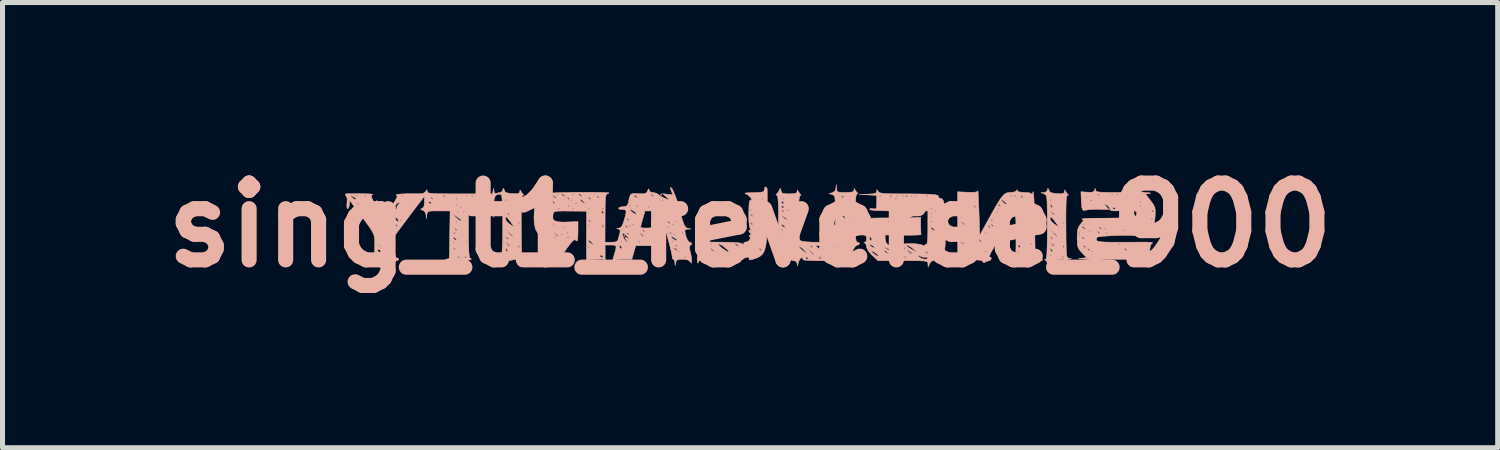
<source format=kicad_pcb>
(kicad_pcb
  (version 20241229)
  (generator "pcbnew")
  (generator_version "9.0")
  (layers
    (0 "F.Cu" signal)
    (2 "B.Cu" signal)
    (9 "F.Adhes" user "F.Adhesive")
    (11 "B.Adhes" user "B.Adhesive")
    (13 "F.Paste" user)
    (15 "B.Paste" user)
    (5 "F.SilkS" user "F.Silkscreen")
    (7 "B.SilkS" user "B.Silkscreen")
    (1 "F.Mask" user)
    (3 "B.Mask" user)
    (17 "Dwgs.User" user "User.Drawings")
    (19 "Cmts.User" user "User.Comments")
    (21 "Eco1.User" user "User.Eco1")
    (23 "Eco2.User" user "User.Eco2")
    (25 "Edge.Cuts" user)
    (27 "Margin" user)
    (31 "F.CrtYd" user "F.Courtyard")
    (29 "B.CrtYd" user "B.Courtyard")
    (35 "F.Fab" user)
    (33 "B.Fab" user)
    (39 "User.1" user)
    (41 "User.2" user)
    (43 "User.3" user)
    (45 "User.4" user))
  (footprint "sing_t1_reverse_900"
    (layer "F.Cu")
    (at 11.836 1.418)
    (property "Reference" "sing_t1_reverse_900" (at 0 0 0) (layer "B.SilkS") (effects (font (size 1.524 1.524) (thickness 0.3))))
    (attr through_hole)
    (fp_poly (pts (xy -2.484 0.212) (xy -2.498 0.226) (xy -2.512 0.212) (xy -2.498 0.198) (xy -2.484 0.212)) (stroke (width 0.01) (type solid)) (fill yes) (layer "B.SilkS"))
    (fp_poly (pts (xy -1.75 -0.607) (xy -1.764 -0.593) (xy -1.778 -0.607) (xy -1.764 -0.621) (xy -1.75 -0.607)) (stroke (width 0.01) (type solid)) (fill yes) (layer "B.SilkS"))
    (fp_poly (pts (xy -5.005 0.687) (xy -5.009 0.704) (xy -5.024 0.706) (xy -5.047 0.695) (xy -5.042 0.687) (xy -5.009 0.683) (xy -5.005 0.687)) (stroke (width 0.01) (type solid)) (fill yes) (layer "B.SilkS"))
    (fp_poly (pts (xy 5.804 0.687) (xy 5.8 0.704) (xy 5.786 0.706) (xy 5.762 0.695) (xy 5.767 0.687) (xy 5.8 0.683) (xy 5.804 0.687)) (stroke (width 0.01) (type solid)) (fill yes) (layer "B.SilkS"))
    (fp_poly (pts (xy 5.92 -0.722) (xy 5.94 -0.676) (xy 5.941 -0.668) (xy 5.967 -0.646) (xy 6.039 -0.631) (xy 6.089 -0.626) (xy 6.177 -0.624) (xy 6.222 -0.633) (xy 6.238 -0.657) (xy 6.239 -0.669) (xy 6.244 -0.7) (xy 6.258 -0.678) (xy 6.258 -0.677) (xy 6.291 -0.627) (xy 6.305 -0.614) (xy 6.318 -0.596) (xy 6.3 -0.593) (xy 6.288 -0.58) (xy 6.279 -0.539) (xy 6.273 -0.464) (xy 6.27 -0.349) (xy 6.268 -0.188) (xy 6.269 0.023) (xy 6.269 0.027) (xy 6.27 0.229) (xy 6.272 0.381) (xy 6.275 0.492) (xy 6.28 0.567) (xy 6.287 0.614) (xy 6.298 0.64) (xy 6.313 0.653) (xy 6.332 0.658) (xy 6.375 0.667) (xy 6.362 0.671) (xy 6.331 0.673) (xy 6.279 0.696) (xy 6.257 0.755) (xy 6.246 0.833) (xy 6.241 0.751) (xy 6.236 0.702) (xy 6.216 0.681) (xy 6.166 0.68) (xy 6.106 0.688) (xy 6.016 0.709) (xy 5.95 0.743) (xy 5.938 0.755) (xy 5.909 0.788) (xy 5.9 0.775) (xy 5.899 0.757) (xy 5.88 0.709) (xy 5.863 0.696) (xy 5.842 0.683) (xy 5.863 0.68) (xy 5.875 0.666) (xy 5.883 0.63) (xy 6.19 0.63) (xy 6.194 0.647) (xy 6.209 0.649) (xy 6.232 0.639) (xy 6.228 0.63) (xy 6.194 0.627) (xy 6.19 0.63) (xy 5.883 0.63) (xy 5.884 0.622) (xy 5.886 0.607) (xy 5.955 0.607) (xy 5.969 0.621) (xy 5.983 0.607) (xy 5.969 0.593) (xy 5.955 0.607) (xy 5.886 0.607) (xy 5.891 0.544) (xy 5.893 0.495) (xy 5.962 0.495) (xy 5.968 0.506) (xy 5.995 0.535) (xy 6 0.515) (xy 5.993 0.493) (xy 5.972 0.462) (xy 5.963 0.463) (xy 5.962 0.495) (xy 5.893 0.495) (xy 5.895 0.426) (xy 5.895 0.423) (xy 6.209 0.423) (xy 6.219 0.447) (xy 6.228 0.442) (xy 6.231 0.409) (xy 6.228 0.405) (xy 6.211 0.408) (xy 6.209 0.423) (xy 5.895 0.423) (xy 5.897 0.339) (xy 5.957 0.339) (xy 5.964 0.353) (xy 5.98 0.374) (xy 6.021 0.418) (xy 6.039 0.418) (xy 6.04 0.413) (xy 6.02 0.389) (xy 5.99 0.363) (xy 5.957 0.339) (xy 5.897 0.339) (xy 5.898 0.262) (xy 5.898 0.234) (xy 5.959 0.234) (xy 5.966 0.25) (xy 5.995 0.28) (xy 6.011 0.274) (xy 6.011 0.27) (xy 5.991 0.246) (xy 5.979 0.237) (xy 5.959 0.234) (xy 5.898 0.234) (xy 5.898 0.071) (xy 5.941 0.071) (xy 6.009 0.148) (xy 6.064 0.207) (xy 6.091 0.225) (xy 6.096 0.217) (xy 6.077 0.194) (xy 6.03 0.15) (xy 6.018 0.139) (xy 5.941 0.071) (xy 5.898 0.071) (xy 5.898 0.047) (xy 5.898 0.041) (xy 5.898 -0.12) (xy 5.955 -0.12) (xy 5.977 -0.077) (xy 6.03 -0.026) (xy 6.093 0.015) (xy 6.119 0.026) (xy 6.109 0.007) (xy 6.073 -0.042) (xy 6.073 -0.042) (xy 6.209 -0.042) (xy 6.223 -0.028) (xy 6.237 -0.042) (xy 6.223 -0.056) (xy 6.209 -0.042) (xy 6.073 -0.042) (xy 6.052 -0.071) (xy 5.998 -0.139) (xy 5.968 -0.164) (xy 5.957 -0.151) (xy 5.955 -0.12) (xy 5.898 -0.12) (xy 5.898 -0.164) (xy 5.898 -0.282) (xy 5.957 -0.282) (xy 5.964 -0.267) (xy 5.98 -0.247) (xy 6.021 -0.203) (xy 6.039 -0.203) (xy 6.04 -0.208) (xy 6.02 -0.232) (xy 5.99 -0.258) (xy 5.957 -0.282) (xy 5.898 -0.282) (xy 5.897 -0.319) (xy 5.896 -0.38) (xy 5.962 -0.38) (xy 5.968 -0.369) (xy 5.995 -0.34) (xy 6 -0.36) (xy 5.993 -0.382) (xy 5.972 -0.413) (xy 5.963 -0.412) (xy 5.962 -0.38) (xy 5.896 -0.38) (xy 5.895 -0.433) (xy 5.892 -0.494) (xy 5.955 -0.494) (xy 5.969 -0.48) (xy 5.983 -0.494) (xy 5.969 -0.508) (xy 5.955 -0.494) (xy 5.892 -0.494) (xy 5.891 -0.511) (xy 5.884 -0.562) (xy 5.873 -0.592) (xy 5.859 -0.608) (xy 5.839 -0.618) (xy 5.835 -0.62) (xy 5.771 -0.646) (xy 5.835 -0.647) (xy 5.887 -0.666) (xy 5.898 -0.696) (xy 5.908 -0.726) (xy 5.92 -0.722)) (stroke (width 0.01) (type solid)) (fill yes) (layer "B.SilkS"))
    (fp_poly (pts (xy 0.339 -0.718) (xy 0.34 -0.699) (xy 0.341 -0.651) (xy 0.341 -0.557) (xy 0.34 -0.427) (xy 0.34 -0.271) (xy 0.339 -0.114) (xy 0.336 0.107) (xy 0.328 0.279) (xy 0.312 0.409) (xy 0.287 0.505) (xy 0.249 0.573) (xy 0.195 0.621) (xy 0.124 0.655) (xy 0.049 0.68) (xy -0.007 0.691) (xy -0.022 0.678) (xy -0.018 0.664) (xy -0.022 0.636) (xy -0.065 0.637) (xy -0.117 0.656) (xy -0.135 0.673) (xy -0.165 0.684) (xy -0.232 0.687) (xy -0.317 0.684) (xy -0.401 0.675) (xy -0.466 0.661) (xy -0.49 0.649) (xy -0.533 0.64) (xy -0.583 0.651) (xy -0.642 0.669) (xy -0.671 0.674) (xy -0.709 0.673) (xy -0.784 0.673) (xy -0.852 0.674) (xy -0.947 0.68) (xy -0.999 0.694) (xy -1.021 0.721) (xy -1.022 0.727) (xy -1.032 0.755) (xy -1.044 0.732) (xy -1.049 0.714) (xy -1.049 0.645) (xy -1.025 0.574) (xy -1.002 0.51) (xy -1.014 0.485) (xy -1.041 0.452) (xy -1.044 0.434) (xy -0.835 0.434) (xy -0.828 0.445) (xy -0.79 0.477) (xy -0.731 0.523) (xy -0.709 0.533) (xy -0.72 0.508) (xy -0.757 0.475) (xy -0.799 0.45) (xy -0.835 0.434) (xy -1.044 0.434) (xy -1.044 0.432) (xy -1.027 0.402) (xy -0.996 0.407) (xy -0.966 0.416) (xy -0.975 0.398) (xy -0.989 0.381) (xy -0.79 0.381) (xy -0.776 0.395) (xy -0.762 0.381) (xy -0.77 0.373) (xy -0.625 0.373) (xy -0.624 0.393) (xy -0.584 0.434) (xy -0.534 0.472) (xy -0.445 0.532) (xy -0.398 0.557) (xy -0.394 0.548) (xy -0.434 0.505) (xy -0.479 0.463) (xy -0.483 0.46) (xy 0.174 0.46) (xy 0.181 0.475) (xy 0.209 0.506) (xy 0.226 0.499) (xy 0.226 0.496) (xy 0.206 0.472) (xy 0.193 0.463) (xy 0.174 0.46) (xy -0.483 0.46) (xy -0.548 0.408) (xy -0.6 0.378) (xy -0.302 0.378) (xy -0.282 0.395) (xy -0.237 0.42) (xy -0.231 0.411) (xy -0.24 0.395) (xy -0.281 0.368) (xy -0.291 0.367) (xy -0.302 0.378) (xy -0.6 0.378) (xy -0.604 0.377) (xy -0.625 0.373) (xy -0.77 0.373) (xy -0.776 0.367) (xy -0.79 0.381) (xy -0.989 0.381) (xy -0.999 0.37) (xy -1.032 0.315) (xy -1.035 0.277) (xy -1.022 0.263) (xy -1.018 0.288) (xy -1.012 0.307) (xy -0.991 0.321) (xy -0.946 0.329) (xy -0.869 0.334) (xy -0.752 0.336) (xy -0.604 0.337) (xy -0.419 0.339) (xy -0.285 0.345) (xy -0.197 0.355) (xy -0.15 0.37) (xy -0.147 0.373) (xy -0.116 0.394) (xy -0.122 0.376) (xy -0.123 0.374) (xy -0.123 0.344) (xy -0.098 0.339) (xy -0.039 0.322) (xy -0.002 0.284) (xy 0.001 0.241) (xy -0.007 0.23) (xy -0.023 0.203) (xy 0 0.198) (xy 0.024 0.19) (xy 0.006 0.164) (xy -0.024 0.122) (xy -0.023 0.096) (xy 0.007 0.103) (xy 0.028 0.11) (xy 0.009 0.083) (xy 0.006 0.079) (xy -0.013 0.023) (xy -0.02 -0.048) (xy 0.005 -0.048) (xy 0.011 -0.033) (xy 0.04 -0.002) (xy 0.056 -0.009) (xy 0.056 -0.012) (xy 0.036 -0.036) (xy 0.024 -0.045) (xy 0.005 -0.048) (xy -0.02 -0.048) (xy -0.024 -0.088) (xy -0.026 -0.218) (xy 0.005 -0.218) (xy 0.011 -0.202) (xy 0.04 -0.172) (xy 0.056 -0.178) (xy 0.056 -0.182) (xy 0.036 -0.206) (xy 0.024 -0.214) (xy 0.005 -0.218) (xy -0.026 -0.218) (xy -0.026 -0.238) (xy -0.024 -0.296) (xy 0 -0.296) (xy 0.014 -0.282) (xy 0.028 -0.296) (xy 0.014 -0.31) (xy 0 -0.296) (xy -0.024 -0.296) (xy -0.023 -0.366) (xy -0.017 -0.446) (xy -0.006 -0.487) (xy 0.01 -0.498) (xy 0.018 -0.496) (xy 0.038 -0.497) (xy 0.025 -0.522) (xy 0.226 -0.522) (xy 0.24 -0.508) (xy 0.254 -0.522) (xy 0.24 -0.536) (xy 0.226 -0.522) (xy 0.025 -0.522) (xy 0.021 -0.531) (xy 0.008 -0.549) (xy -0.047 -0.603) (xy -0.099 -0.629) (xy -0.1 -0.635) (xy -0.054 -0.641) (xy 0.03 -0.645) (xy 0.064 -0.645) (xy 0.174 -0.649) (xy 0.24 -0.656) (xy 0.272 -0.67) (xy 0.282 -0.694) (xy 0.282 -0.706) (xy 0.295 -0.754) (xy 0.32 -0.757) (xy 0.339 -0.718)) (stroke (width 0.01) (type solid)) (fill yes) (layer "B.SilkS"))
    (fp_poly (pts (xy 2.531 -0.69) (xy 2.542 -0.67) (xy 2.557 -0.653) (xy 2.585 -0.64) (xy 2.632 -0.631) (xy 2.708 -0.625) (xy 2.819 -0.622) (xy 2.974 -0.621) (xy 3.099 -0.621) (xy 3.317 -0.619) (xy 3.485 -0.616) (xy 3.605 -0.61) (xy 3.685 -0.601) (xy 3.729 -0.588) (xy 3.741 -0.571) (xy 3.737 -0.561) (xy 3.746 -0.54) (xy 3.765 -0.536) (xy 3.804 -0.526) (xy 3.833 -0.49) (xy 3.853 -0.422) (xy 3.867 -0.318) (xy 3.875 -0.169) (xy 3.878 0.029) (xy 3.878 0.045) (xy 3.877 0.246) (xy 3.872 0.395) (xy 3.862 0.498) (xy 3.848 0.559) (xy 3.844 0.567) (xy 3.788 0.631) (xy 3.707 0.683) (xy 3.629 0.705) (xy 3.625 0.706) (xy 3.59 0.728) (xy 3.562 0.769) (xy 3.532 0.833) (xy 3.53 0.769) (xy 3.528 0.746) (xy 3.518 0.73) (xy 3.493 0.718) (xy 3.444 0.711) (xy 3.364 0.707) (xy 3.245 0.706) (xy 3.079 0.706) (xy 3.034 0.706) (xy 2.54 0.706) (xy 2.457 0.63) (xy 3.057 0.63) (xy 3.061 0.647) (xy 3.076 0.649) (xy 3.099 0.639) (xy 3.095 0.63) (xy 3.062 0.627) (xy 3.057 0.63) (xy 2.457 0.63) (xy 2.427 0.603) (xy 2.353 0.523) (xy 2.353 0.523) (xy 2.408 0.523) (xy 2.438 0.554) (xy 2.484 0.589) (xy 2.527 0.615) (xy 2.547 0.621) (xy 2.548 0.606) (xy 2.548 0.606) (xy 3.336 0.606) (xy 3.355 0.63) (xy 3.4 0.661) (xy 3.459 0.676) (xy 3.509 0.672) (xy 3.528 0.65) (xy 3.507 0.634) (xy 3.488 0.638) (xy 3.434 0.637) (xy 3.382 0.618) (xy 3.338 0.597) (xy 3.336 0.606) (xy 2.548 0.606) (xy 2.512 0.571) (xy 2.504 0.564) (xy 2.448 0.526) (xy 2.434 0.519) (xy 2.661 0.519) (xy 2.681 0.536) (xy 2.726 0.562) (xy 2.732 0.552) (xy 2.723 0.536) (xy 2.682 0.509) (xy 2.672 0.508) (xy 2.661 0.519) (xy 2.434 0.519) (xy 2.409 0.509) (xy 2.409 0.509) (xy 2.408 0.523) (xy 2.353 0.523) (xy 2.316 0.453) (xy 2.314 0.437) (xy 2.302 0.385) (xy 2.372 0.385) (xy 2.379 0.407) (xy 2.417 0.434) (xy 2.461 0.451) (xy 2.468 0.451) (xy 2.469 0.438) (xy 2.463 0.433) (xy 2.662 0.433) (xy 2.663 0.439) (xy 2.694 0.464) (xy 2.734 0.49) (xy 2.775 0.507) (xy 2.799 0.512) (xy 2.792 0.498) (xy 2.76 0.479) (xy 2.709 0.454) (xy 2.662 0.433) (xy 2.463 0.433) (xy 2.44 0.412) (xy 2.393 0.386) (xy 2.372 0.385) (xy 2.302 0.385) (xy 2.301 0.38) (xy 2.279 0.357) (xy 2.258 0.345) (xy 2.279 0.341) (xy 2.306 0.315) (xy 2.314 0.268) (xy 2.371 0.268) (xy 2.385 0.306) (xy 2.398 0.31) (xy 2.414 0.29) (xy 2.409 0.268) (xy 2.389 0.231) (xy 2.382 0.226) (xy 2.372 0.249) (xy 2.371 0.268) (xy 2.314 0.268) (xy 2.301 0.213) (xy 2.254 0.196) (xy 2.251 0.196) (xy 2.187 0.194) (xy 2.251 0.163) (xy 2.295 0.127) (xy 2.313 0.065) (xy 2.314 0.024) (xy 2.307 -0.053) (xy 2.292 -0.071) (xy 2.738 -0.071) (xy 2.752 -0.056) (xy 2.766 -0.071) (xy 2.907 -0.071) (xy 2.921 -0.056) (xy 2.935 -0.071) (xy 2.921 -0.085) (xy 2.907 -0.071) (xy 2.766 -0.071) (xy 2.752 -0.085) (xy 2.738 -0.071) (xy 2.292 -0.071) (xy 2.282 -0.083) (xy 2.272 -0.085) (xy 2.234 -0.1) (xy 2.23 -0.113) (xy 2.257 -0.124) (xy 2.336 -0.133) (xy 2.461 -0.14) (xy 2.628 -0.143) (xy 2.66 -0.143) (xy 2.824 -0.144) (xy 2.981 -0.145) (xy 3.116 -0.147) (xy 3.215 -0.149) (xy 3.239 -0.15) (xy 3.387 -0.155) (xy 3.387 0.007) (xy 3.388 0.098) (xy 3.391 0.164) (xy 3.394 0.187) (xy 3.37 0.193) (xy 3.3 0.197) (xy 3.195 0.2) (xy 3.063 0.2) (xy 3.041 0.199) (xy 2.681 0.195) (xy 2.681 0.274) (xy 2.698 0.346) (xy 2.731 0.383) (xy 2.853 0.455) (xy 2.931 0.498) (xy 2.963 0.51) (xy 2.948 0.491) (xy 2.946 0.489) (xy 2.934 0.481) (xy 3.108 0.481) (xy 3.11 0.49) (xy 3.129 0.515) (xy 3.172 0.555) (xy 3.197 0.564) (xy 3.217 0.559) (xy 3.215 0.556) (xy 3.186 0.535) (xy 3.147 0.507) (xy 3.108 0.481) (xy 2.934 0.481) (xy 2.88 0.437) (xy 2.872 0.431) (xy 3.024 0.431) (xy 3.031 0.447) (xy 3.06 0.477) (xy 3.076 0.471) (xy 3.076 0.467) (xy 3.056 0.443) (xy 3.044 0.435) (xy 3.024 0.431) (xy 2.872 0.431) (xy 2.833 0.404) (xy 2.8 0.379) (xy 2.815 0.37) (xy 2.852 0.369) (xy 2.922 0.38) (xy 2.962 0.402) (xy 2.988 0.423) (xy 2.982 0.408) (xy 3.101 0.408) (xy 3.138 0.44) (xy 3.175 0.463) (xy 3.259 0.512) (xy 3.297 0.529) (xy 3.29 0.516) (xy 3.476 0.516) (xy 3.483 0.532) (xy 3.511 0.562) (xy 3.528 0.556) (xy 3.528 0.552) (xy 3.508 0.528) (xy 3.499 0.522) (xy 3.754 0.522) (xy 3.768 0.536) (xy 3.782 0.522) (xy 3.768 0.508) (xy 3.754 0.522) (xy 3.499 0.522) (xy 3.495 0.519) (xy 3.476 0.516) (xy 3.29 0.516) (xy 3.289 0.515) (xy 3.237 0.47) (xy 3.231 0.465) (xy 3.166 0.42) (xy 3.112 0.397) (xy 3.104 0.396) (xy 3.101 0.408) (xy 2.982 0.408) (xy 2.981 0.404) (xy 2.98 0.402) (xy 2.994 0.385) (xy 3.049 0.373) (xy 3.131 0.366) (xy 3.225 0.366) (xy 3.316 0.373) (xy 3.389 0.386) (xy 3.417 0.396) (xy 3.461 0.411) (xy 3.471 0.394) (xy 3.489 0.377) (xy 3.5 0.381) (xy 3.513 0.362) (xy 3.522 0.29) (xy 3.527 0.167) (xy 3.528 0.058) (xy 3.528 0.043) (xy 3.588 0.043) (xy 3.594 0.069) (xy 3.613 0.086) (xy 3.659 0.11) (xy 3.662 0.098) (xy 3.64 0.07) (xy 3.604 0.042) (xy 3.588 0.043) (xy 3.528 0.043) (xy 3.528 -0.071) (xy 3.584 -0.071) (xy 3.598 -0.056) (xy 3.612 -0.071) (xy 3.598 -0.085) (xy 3.584 -0.071) (xy 3.528 -0.071) (xy 3.528 -0.155) (xy 3.584 -0.155) (xy 3.598 -0.141) (xy 3.612 -0.155) (xy 3.598 -0.169) (xy 3.584 -0.155) (xy 3.528 -0.155) (xy 3.528 -0.24) (xy 3.584 -0.24) (xy 3.598 -0.226) (xy 3.612 -0.24) (xy 3.598 -0.254) (xy 3.584 -0.24) (xy 3.528 -0.24) (xy 3.528 -0.268) (xy 3.669 -0.268) (xy 3.683 -0.254) (xy 3.697 -0.268) (xy 3.683 -0.282) (xy 3.669 -0.268) (xy 3.528 -0.268) (xy 3.528 -0.282) (xy 2.949 -0.282) (xy 2.732 -0.283) (xy 2.568 -0.287) (xy 2.455 -0.293) (xy 2.39 -0.302) (xy 2.371 -0.314) (xy 2.394 -0.332) (xy 2.441 -0.327) (xy 2.483 -0.32) (xy 2.485 -0.321) (xy 2.794 -0.321) (xy 2.819 -0.314) (xy 2.88 -0.311) (xy 2.894 -0.31) (xy 2.956 -0.316) (xy 2.971 -0.325) (xy 3.584 -0.325) (xy 3.598 -0.31) (xy 3.612 -0.325) (xy 3.598 -0.339) (xy 3.584 -0.325) (xy 2.971 -0.325) (xy 2.981 -0.33) (xy 2.98 -0.334) (xy 2.949 -0.344) (xy 2.891 -0.345) (xy 2.832 -0.339) (xy 2.796 -0.326) (xy 2.794 -0.321) (xy 2.485 -0.321) (xy 2.504 -0.335) (xy 2.511 -0.384) (xy 2.512 -0.45) (xy 2.512 -0.522) (xy 2.879 -0.522) (xy 2.893 -0.508) (xy 2.907 -0.522) (xy 2.893 -0.536) (xy 2.879 -0.522) (xy 2.512 -0.522) (xy 2.512 -0.579) (xy 2.568 -0.579) (xy 2.582 -0.564) (xy 2.596 -0.579) (xy 2.592 -0.583) (xy 2.775 -0.583) (xy 2.779 -0.566) (xy 2.794 -0.564) (xy 2.817 -0.575) (xy 2.815 -0.579) (xy 2.907 -0.579) (xy 2.921 -0.564) (xy 2.935 -0.579) (xy 3.02 -0.579) (xy 3.034 -0.564) (xy 3.048 -0.579) (xy 3.043 -0.583) (xy 3.086 -0.583) (xy 3.09 -0.566) (xy 3.104 -0.564) (xy 3.128 -0.575) (xy 3.126 -0.579) (xy 3.189 -0.579) (xy 3.203 -0.564) (xy 3.217 -0.579) (xy 3.274 -0.579) (xy 3.288 -0.564) (xy 3.302 -0.579) (xy 3.5 -0.579) (xy 3.514 -0.564) (xy 3.528 -0.579) (xy 3.514 -0.593) (xy 3.5 -0.579) (xy 3.302 -0.579) (xy 3.288 -0.593) (xy 3.274 -0.579) (xy 3.217 -0.579) (xy 3.203 -0.593) (xy 3.189 -0.579) (xy 3.126 -0.579) (xy 3.123 -0.583) (xy 3.09 -0.587) (xy 3.086 -0.583) (xy 3.043 -0.583) (xy 3.034 -0.593) (xy 3.02 -0.579) (xy 2.935 -0.579) (xy 2.921 -0.593) (xy 2.907 -0.579) (xy 2.815 -0.579) (xy 2.813 -0.583) (xy 2.779 -0.587) (xy 2.775 -0.583) (xy 2.592 -0.583) (xy 2.582 -0.593) (xy 2.568 -0.579) (xy 2.512 -0.579) (xy 2.512 -0.59) (xy 2.159 -0.61) (xy 2.335 -0.615) (xy 2.434 -0.621) (xy 2.488 -0.633) (xy 2.51 -0.654) (xy 2.513 -0.67) (xy 2.516 -0.705) (xy 2.531 -0.69)) (stroke (width 0.01) (type solid)) (fill yes) (layer "B.SilkS"))
    (fp_poly (pts (xy 5.304 -0.684) (xy 5.333 -0.66) (xy 5.415 -0.65) (xy 5.447 -0.649) (xy 5.543 -0.642) (xy 5.588 -0.622) (xy 5.591 -0.614) (xy 5.599 -0.612) (xy 5.614 -0.655) (xy 5.616 -0.663) (xy 5.622 -0.66) (xy 5.628 -0.606) (xy 5.634 -0.509) (xy 5.64 -0.374) (xy 5.644 -0.207) (xy 5.648 -0.035) (xy 5.659 0.677) (xy 5.574 0.68) (xy 5.487 0.684) (xy 5.387 0.688) (xy 5.376 0.688) (xy 5.288 0.686) (xy 5.216 0.676) (xy 5.207 0.673) (xy 5.169 0.657) (xy 5.185 0.652) (xy 5.214 0.651) (xy 5.238 0.649) (xy 5.255 0.638) (xy 5.262 0.621) (xy 5.588 0.621) (xy 5.598 0.644) (xy 5.607 0.64) (xy 5.61 0.606) (xy 5.607 0.602) (xy 5.59 0.606) (xy 5.588 0.621) (xy 5.262 0.621) (xy 5.266 0.612) (xy 5.273 0.56) (xy 5.274 0.522) (xy 5.306 0.522) (xy 5.32 0.536) (xy 5.334 0.522) (xy 5.32 0.508) (xy 5.306 0.522) (xy 5.274 0.522) (xy 5.276 0.476) (xy 5.277 0.412) (xy 5.315 0.412) (xy 5.32 0.423) (xy 5.345 0.45) (xy 5.35 0.452) (xy 5.362 0.43) (xy 5.362 0.423) (xy 5.341 0.396) (xy 5.332 0.395) (xy 5.315 0.412) (xy 5.277 0.412) (xy 5.277 0.381) (xy 5.56 0.381) (xy 5.574 0.395) (xy 5.588 0.381) (xy 5.574 0.367) (xy 5.56 0.381) (xy 5.277 0.381) (xy 5.277 0.351) (xy 5.278 0.194) (xy 5.278 0.183) (xy 5.334 0.183) (xy 5.348 0.198) (xy 5.362 0.183) (xy 5.348 0.169) (xy 5.334 0.183) (xy 5.278 0.183) (xy 5.277 0.009) (xy 5.276 -0.014) (xy 5.334 -0.014) (xy 5.348 0) (xy 5.362 -0.014) (xy 5.348 -0.028) (xy 5.334 -0.014) (xy 5.276 -0.014) (xy 5.273 -0.121) (xy 5.264 -0.183) (xy 5.334 -0.183) (xy 5.348 -0.169) (xy 5.362 -0.183) (xy 5.348 -0.198) (xy 5.334 -0.183) (xy 5.264 -0.183) (xy 5.262 -0.198) (xy 5.243 -0.225) (xy 5.211 -0.203) (xy 5.164 -0.133) (xy 5.099 -0.019) (xy 5.06 0.053) (xy 4.987 0.185) (xy 4.909 0.322) (xy 4.84 0.441) (xy 4.822 0.471) (xy 4.775 0.553) (xy 4.75 0.611) (xy 4.749 0.633) (xy 4.752 0.632) (xy 4.783 0.642) (xy 4.788 0.662) (xy 4.766 0.7) (xy 4.742 0.706) (xy 4.683 0.723) (xy 4.666 0.736) (xy 4.635 0.747) (xy 4.62 0.725) (xy 4.603 0.707) (xy 4.562 0.696) (xy 4.488 0.691) (xy 4.372 0.691) (xy 4.285 0.693) (xy 4.167 0.695) (xy 4.083 0.695) (xy 4.039 0.692) (xy 4.043 0.688) (xy 4.044 0.687) (xy 4.122 0.673) (xy 4.122 0.579) (xy 4.318 0.579) (xy 4.332 0.593) (xy 4.346 0.579) (xy 4.332 0.564) (xy 4.318 0.579) (xy 4.122 0.579) (xy 4.122 0.522) (xy 4.657 0.522) (xy 4.671 0.536) (xy 4.685 0.522) (xy 4.671 0.508) (xy 4.657 0.522) (xy 4.122 0.522) (xy 4.121 0.403) (xy 4.323 0.403) (xy 4.329 0.419) (xy 4.358 0.449) (xy 4.374 0.443) (xy 4.374 0.439) (xy 4.354 0.415) (xy 4.342 0.407) (xy 4.323 0.403) (xy 4.121 0.403) (xy 4.121 0.305) (xy 4.149 0.305) (xy 4.171 0.335) (xy 4.212 0.361) (xy 4.266 0.386) (xy 4.287 0.392) (xy 4.29 0.384) (xy 4.269 0.363) (xy 4.219 0.327) (xy 4.17 0.302) (xy 4.149 0.305) (xy 4.149 0.305) (xy 4.121 0.305) (xy 4.121 0.294) (xy 4.524 0.294) (xy 4.544 0.31) (xy 4.589 0.336) (xy 4.595 0.326) (xy 4.586 0.31) (xy 4.545 0.284) (xy 4.535 0.283) (xy 4.524 0.294) (xy 4.121 0.294) (xy 4.12 0.234) (xy 4.21 0.234) (xy 4.217 0.25) (xy 4.245 0.28) (xy 4.261 0.274) (xy 4.262 0.27) (xy 4.242 0.246) (xy 4.229 0.237) (xy 4.21 0.234) (xy 4.12 0.234) (xy 4.12 0.122) (xy 4.186 0.122) (xy 4.188 0.13) (xy 4.229 0.168) (xy 4.288 0.214) (xy 4.313 0.223) (xy 4.304 0.198) (xy 4.267 0.164) (xy 4.225 0.14) (xy 4.186 0.122) (xy 4.12 0.122) (xy 4.12 0.042) (xy 4.177 0.042) (xy 4.191 0.056) (xy 4.205 0.042) (xy 4.191 0.028) (xy 4.177 0.042) (xy 4.12 0.042) (xy 4.119 0.005) (xy 4.119 -0.084) (xy 4.179 -0.084) (xy 4.186 -0.07) (xy 4.202 -0.049) (xy 4.243 -0.006) (xy 4.261 -0.006) (xy 4.262 -0.011) (xy 4.242 -0.034) (xy 4.212 -0.06) (xy 4.179 -0.084) (xy 4.119 -0.084) (xy 4.119 -0.155) (xy 4.177 -0.155) (xy 4.191 -0.141) (xy 4.205 -0.155) (xy 4.191 -0.169) (xy 4.177 -0.155) (xy 4.119 -0.155) (xy 4.118 -0.24) (xy 4.177 -0.24) (xy 4.191 -0.226) (xy 4.205 -0.24) (xy 4.459 -0.24) (xy 4.473 -0.226) (xy 4.487 -0.24) (xy 4.473 -0.254) (xy 4.459 -0.24) (xy 4.205 -0.24) (xy 4.191 -0.254) (xy 4.177 -0.24) (xy 4.118 -0.24) (xy 4.118 -0.325) (xy 4.177 -0.325) (xy 4.191 -0.31) (xy 4.205 -0.325) (xy 4.191 -0.339) (xy 4.177 -0.325) (xy 4.118 -0.325) (xy 4.118 -0.387) (xy 4.435 -0.387) (xy 4.442 -0.371) (xy 4.471 -0.341) (xy 4.487 -0.347) (xy 4.487 -0.351) (xy 4.467 -0.375) (xy 4.455 -0.384) (xy 4.435 -0.387) (xy 4.118 -0.387) (xy 4.118 -0.409) (xy 4.177 -0.409) (xy 4.191 -0.395) (xy 4.205 -0.409) (xy 4.191 -0.423) (xy 4.177 -0.409) (xy 4.118 -0.409) (xy 4.117 -0.662) (xy 4.316 -0.653) (xy 4.427 -0.651) (xy 4.492 -0.658) (xy 4.519 -0.675) (xy 4.522 -0.682) (xy 4.524 -0.668) (xy 4.529 -0.607) (xy 4.533 -0.505) (xy 4.539 -0.372) (xy 4.543 -0.26) (xy 4.558 0.2) (xy 4.583 0.155) (xy 4.657 0.155) (xy 4.671 0.169) (xy 4.685 0.155) (xy 4.671 0.141) (xy 4.657 0.155) (xy 4.583 0.155) (xy 4.664 0.008) (xy 4.718 0.008) (xy 4.725 0.024) (xy 4.753 0.054) (xy 4.769 0.048) (xy 4.77 0.044) (xy 4.75 0.02) (xy 4.737 0.011) (xy 4.718 0.008) (xy 4.664 0.008) (xy 4.679 -0.02) (xy 4.774 -0.02) (xy 4.781 -0.004) (xy 4.809 0.026) (xy 4.826 0.02) (xy 4.826 0.016) (xy 4.806 -0.008) (xy 4.793 -0.017) (xy 4.774 -0.02) (xy 4.679 -0.02) (xy 4.725 -0.103) (xy 4.779 -0.103) (xy 4.783 -0.087) (xy 4.798 -0.085) (xy 4.821 -0.095) (xy 4.817 -0.103) (xy 4.783 -0.107) (xy 4.779 -0.103) (xy 4.725 -0.103) (xy 4.726 -0.105) (xy 4.824 -0.282) (xy 4.884 -0.282) (xy 4.891 -0.267) (xy 4.907 -0.247) (xy 4.948 -0.203) (xy 4.967 -0.203) (xy 4.967 -0.208) (xy 4.948 -0.232) (xy 4.918 -0.258) (xy 4.884 -0.282) (xy 4.824 -0.282) (xy 4.825 -0.283) (xy 4.865 -0.353) (xy 4.897 -0.353) (xy 4.95 -0.289) (xy 5 -0.236) (xy 5.022 -0.228) (xy 5.024 -0.236) (xy 5.02 -0.24) (xy 5.56 -0.24) (xy 5.574 -0.226) (xy 5.588 -0.24) (xy 5.574 -0.254) (xy 5.56 -0.24) (xy 5.02 -0.24) (xy 5.005 -0.259) (xy 4.994 -0.268) (xy 5.306 -0.268) (xy 5.32 -0.254) (xy 5.334 -0.268) (xy 5.32 -0.282) (xy 5.306 -0.268) (xy 4.994 -0.268) (xy 4.96 -0.299) (xy 4.93 -0.325) (xy 5.221 -0.325) (xy 5.235 -0.31) (xy 5.249 -0.325) (xy 5.235 -0.339) (xy 5.221 -0.325) (xy 4.93 -0.325) (xy 4.897 -0.353) (xy 4.865 -0.353) (xy 4.868 -0.359) (xy 5.564 -0.359) (xy 5.571 -0.343) (xy 5.6 -0.313) (xy 5.616 -0.319) (xy 5.616 -0.323) (xy 5.596 -0.347) (xy 5.584 -0.355) (xy 5.564 -0.359) (xy 4.868 -0.359) (xy 4.901 -0.415) (xy 4.915 -0.415) (xy 4.922 -0.399) (xy 4.95 -0.369) (xy 4.967 -0.375) (xy 4.967 -0.379) (xy 4.947 -0.403) (xy 4.935 -0.412) (xy 4.915 -0.415) (xy 4.901 -0.415) (xy 4.903 -0.418) (xy 4.949 -0.493) (xy 4.983 -0.493) (xy 5.019 -0.455) (xy 5.038 -0.438) (xy 5.105 -0.386) (xy 5.132 -0.371) (xy 5.119 -0.394) (xy 5.08 -0.437) (xy 5.027 -0.485) (xy 4.986 -0.508) (xy 4.983 -0.508) (xy 4.983 -0.493) (xy 4.949 -0.493) (xy 4.964 -0.515) (xy 5.012 -0.579) (xy 5.165 -0.579) (xy 5.179 -0.564) (xy 5.193 -0.579) (xy 5.249 -0.579) (xy 5.263 -0.564) (xy 5.278 -0.579) (xy 5.272 -0.585) (xy 5.367 -0.585) (xy 5.374 -0.569) (xy 5.402 -0.539) (xy 5.418 -0.545) (xy 5.419 -0.549) (xy 5.399 -0.573) (xy 5.386 -0.581) (xy 5.367 -0.585) (xy 5.272 -0.585) (xy 5.263 -0.593) (xy 5.249 -0.579) (xy 5.193 -0.579) (xy 5.179 -0.593) (xy 5.165 -0.579) (xy 5.012 -0.579) (xy 5.014 -0.581) (xy 5.056 -0.621) (xy 5.098 -0.641) (xy 5.142 -0.649) (xy 5.164 -0.649) (xy 5.238 -0.657) (xy 5.283 -0.678) (xy 5.287 -0.684) (xy 5.3 -0.705) (xy 5.304 -0.684)) (stroke (width 0.01) (type solid)) (fill yes) (layer "B.SilkS"))
    (fp_poly (pts (xy 6.854 -0.712) (xy 6.855 -0.699) (xy 6.861 -0.679) (xy 6.882 -0.666) (xy 6.926 -0.657) (xy 7.002 -0.652) (xy 7.118 -0.65) (xy 7.265 -0.649) (xy 7.439 -0.651) (xy 7.563 -0.656) (xy 7.642 -0.664) (xy 7.682 -0.677) (xy 7.688 -0.684) (xy 7.707 -0.705) (xy 7.721 -0.684) (xy 7.757 -0.662) (xy 7.831 -0.648) (xy 7.869 -0.645) (xy 7.934 -0.641) (xy 7.947 -0.634) (xy 7.925 -0.629) (xy 7.849 -0.617) (xy 7.949 -0.486) (xy 8.002 -0.413) (xy 8.031 -0.356) (xy 8.042 -0.294) (xy 8.04 -0.205) (xy 8.037 -0.156) (xy 8.016 0.006) (xy 7.976 0.117) (xy 7.917 0.179) (xy 7.903 0.186) (xy 7.818 0.215) (xy 7.742 0.23) (xy 7.69 0.23) (xy 7.676 0.218) (xy 7.65 0.21) (xy 7.58 0.205) (xy 7.478 0.203) (xy 7.357 0.204) (xy 7.228 0.208) (xy 7.104 0.214) (xy 6.997 0.221) (xy 6.92 0.231) (xy 6.887 0.24) (xy 6.872 0.276) (xy 6.877 0.298) (xy 6.89 0.314) (xy 6.923 0.325) (xy 6.981 0.332) (xy 7.073 0.337) (xy 7.206 0.339) (xy 7.387 0.339) (xy 7.405 0.339) (xy 7.604 0.338) (xy 7.753 0.337) (xy 7.859 0.337) (xy 7.929 0.339) (xy 7.969 0.341) (xy 7.985 0.346) (xy 7.985 0.353) (xy 7.974 0.363) (xy 7.964 0.373) (xy 7.942 0.419) (xy 7.932 0.49) (xy 7.932 0.565) (xy 7.944 0.625) (xy 7.966 0.65) (xy 7.984 0.658) (xy 7.97 0.671) (xy 7.932 0.715) (xy 7.923 0.734) (xy 7.91 0.758) (xy 7.904 0.727) (xy 7.904 0.727) (xy 7.887 0.683) (xy 7.855 0.685) (xy 7.836 0.713) (xy 7.823 0.733) (xy 7.82 0.713) (xy 7.797 0.682) (xy 7.752 0.68) (xy 7.71 0.702) (xy 7.696 0.727) (xy 7.685 0.762) (xy 7.681 0.741) (xy 7.68 0.727) (xy 7.674 0.707) (xy 7.652 0.693) (xy 7.607 0.685) (xy 7.53 0.68) (xy 7.411 0.678) (xy 7.283 0.677) (xy 7.126 0.679) (xy 6.999 0.685) (xy 6.912 0.693) (xy 6.873 0.704) (xy 6.872 0.706) (xy 6.835 0.719) (xy 6.802 0.706) (xy 6.742 0.688) (xy 6.654 0.675) (xy 6.613 0.673) (xy 6.54 0.669) (xy 6.52 0.665) (xy 6.551 0.66) (xy 6.578 0.657) (xy 6.679 0.646) (xy 6.585 0.547) (xy 6.563 0.522) (xy 6.773 0.522) (xy 6.787 0.536) (xy 6.802 0.522) (xy 6.787 0.508) (xy 6.773 0.522) (xy 6.563 0.522) (xy 6.535 0.489) (xy 6.519 0.46) (xy 6.693 0.46) (xy 6.7 0.475) (xy 6.728 0.506) (xy 6.745 0.499) (xy 6.745 0.496) (xy 6.725 0.472) (xy 6.713 0.463) (xy 6.693 0.46) (xy 7.427 0.46) (xy 7.434 0.475) (xy 7.462 0.506) (xy 7.479 0.499) (xy 7.479 0.496) (xy 7.459 0.472) (xy 7.446 0.463) (xy 7.427 0.46) (xy 6.693 0.46) (xy 6.519 0.46) (xy 6.506 0.437) (xy 6.5 0.403) (xy 6.609 0.403) (xy 6.615 0.419) (xy 6.644 0.449) (xy 6.66 0.443) (xy 6.66 0.439) (xy 6.64 0.415) (xy 6.628 0.407) (xy 6.609 0.403) (xy 6.5 0.403) (xy 6.496 0.381) (xy 7.31 0.381) (xy 7.324 0.395) (xy 7.338 0.381) (xy 7.324 0.367) (xy 7.31 0.381) (xy 6.496 0.381) (xy 6.494 0.371) (xy 6.491 0.271) (xy 6.491 0.254) (xy 6.492 0.234) (xy 6.58 0.234) (xy 6.587 0.25) (xy 6.616 0.28) (xy 6.632 0.274) (xy 6.632 0.27) (xy 6.612 0.246) (xy 6.6 0.237) (xy 6.58 0.234) (xy 6.492 0.234) (xy 6.492 0.212) (xy 6.519 0.212) (xy 6.533 0.226) (xy 6.548 0.212) (xy 6.533 0.198) (xy 6.519 0.212) (xy 6.492 0.212) (xy 6.494 0.155) (xy 6.519 0.155) (xy 6.533 0.169) (xy 6.548 0.155) (xy 6.533 0.141) (xy 6.519 0.155) (xy 6.494 0.155) (xy 6.494 0.143) (xy 6.497 0.127) (xy 6.717 0.127) (xy 6.731 0.141) (xy 6.745 0.127) (xy 6.739 0.121) (xy 6.891 0.121) (xy 6.898 0.137) (xy 6.926 0.167) (xy 6.942 0.161) (xy 6.943 0.157) (xy 6.941 0.155) (xy 7.056 0.155) (xy 7.07 0.169) (xy 7.084 0.155) (xy 7.07 0.141) (xy 7.056 0.155) (xy 6.941 0.155) (xy 6.923 0.133) (xy 6.91 0.124) (xy 6.891 0.121) (xy 6.739 0.121) (xy 6.731 0.113) (xy 6.717 0.127) (xy 6.497 0.127) (xy 6.502 0.099) (xy 7.394 0.099) (xy 7.408 0.113) (xy 7.422 0.099) (xy 7.408 0.085) (xy 7.394 0.099) (xy 6.502 0.099) (xy 6.507 0.069) (xy 6.521 0.04) (xy 6.584 0.04) (xy 6.604 0.056) (xy 6.649 0.082) (xy 6.655 0.072) (xy 6.646 0.056) (xy 6.615 0.036) (xy 6.919 0.036) (xy 6.926 0.052) (xy 6.954 0.082) (xy 6.971 0.076) (xy 6.971 0.072) (xy 6.969 0.071) (xy 7.027 0.071) (xy 7.041 0.085) (xy 7.056 0.071) (xy 7.041 0.056) (xy 7.027 0.071) (xy 6.969 0.071) (xy 6.951 0.048) (xy 6.938 0.04) (xy 6.919 0.036) (xy 6.615 0.036) (xy 6.605 0.03) (xy 6.595 0.029) (xy 6.584 0.04) (xy 6.521 0.04) (xy 6.534 0.013) (xy 6.555 -0.014) (xy 6.604 -0.014) (xy 6.618 0) (xy 6.632 -0.014) (xy 6.618 -0.028) (xy 6.604 -0.014) (xy 6.555 -0.014) (xy 6.562 -0.024) (xy 6.605 -0.079) (xy 6.611 -0.099) (xy 7.507 -0.099) (xy 7.521 -0.085) (xy 7.535 -0.099) (xy 7.592 -0.099) (xy 7.606 -0.085) (xy 7.62 -0.099) (xy 7.606 -0.113) (xy 7.592 -0.099) (xy 7.535 -0.099) (xy 7.521 -0.113) (xy 7.507 -0.099) (xy 6.611 -0.099) (xy 6.613 -0.107) (xy 6.588 -0.12) (xy 6.583 -0.122) (xy 6.594 -0.126) (xy 6.613 -0.127) (xy 7.959 -0.127) (xy 7.973 -0.113) (xy 7.987 -0.127) (xy 7.973 -0.141) (xy 7.959 -0.127) (xy 6.613 -0.127) (xy 6.654 -0.13) (xy 6.755 -0.133) (xy 6.889 -0.136) (xy 7.05 -0.138) (xy 7.07 -0.138) (xy 7.24 -0.141) (xy 7.392 -0.145) (xy 7.516 -0.151) (xy 7.603 -0.158) (xy 7.644 -0.166) (xy 7.644 -0.166) (xy 7.671 -0.211) (xy 7.671 -0.243) (xy 7.661 -0.268) (xy 7.637 -0.283) (xy 7.586 -0.29) (xy 7.497 -0.29) (xy 7.401 -0.286) (xy 7.276 -0.283) (xy 7.199 -0.285) (xy 7.157 -0.294) (xy 7.149 -0.302) (xy 7.963 -0.302) (xy 7.97 -0.287) (xy 7.998 -0.256) (xy 8.015 -0.263) (xy 8.015 -0.266) (xy 7.995 -0.29) (xy 7.983 -0.299) (xy 7.963 -0.302) (xy 7.149 -0.302) (xy 7.141 -0.311) (xy 7.14 -0.321) (xy 7.13 -0.34) (xy 7.197 -0.34) (xy 7.217 -0.312) (xy 7.225 -0.31) (xy 7.252 -0.32) (xy 7.253 -0.323) (xy 7.233 -0.347) (xy 7.225 -0.353) (xy 7.199 -0.351) (xy 7.197 -0.34) (xy 7.13 -0.34) (xy 7.118 -0.366) (xy 7.099 -0.381) (xy 7.733 -0.381) (xy 7.747 -0.367) (xy 7.761 -0.381) (xy 7.747 -0.395) (xy 7.733 -0.381) (xy 7.099 -0.381) (xy 7.077 -0.398) (xy 7.034 -0.419) (xy 7.032 -0.411) (xy 7.068 -0.37) (xy 7.123 -0.308) (xy 6.926 -0.313) (xy 6.817 -0.313) (xy 6.724 -0.308) (xy 6.669 -0.299) (xy 6.626 -0.29) (xy 6.599 -0.305) (xy 6.584 -0.352) (xy 6.576 -0.442) (xy 6.574 -0.48) (xy 7.481 -0.48) (xy 7.488 -0.465) (xy 7.504 -0.445) (xy 7.545 -0.401) (xy 7.563 -0.401) (xy 7.564 -0.406) (xy 7.544 -0.429) (xy 7.514 -0.455) (xy 7.5 -0.466) (xy 7.733 -0.466) (xy 7.747 -0.452) (xy 7.761 -0.466) (xy 7.747 -0.48) (xy 7.733 -0.466) (xy 7.5 -0.466) (xy 7.481 -0.48) (xy 6.574 -0.48) (xy 6.573 -0.494) (xy 6.573 -0.499) (xy 6.755 -0.499) (xy 6.758 -0.482) (xy 6.773 -0.48) (xy 6.797 -0.49) (xy 6.792 -0.499) (xy 6.759 -0.502) (xy 6.755 -0.499) (xy 6.573 -0.499) (xy 6.571 -0.55) (xy 6.66 -0.55) (xy 6.675 -0.536) (xy 6.689 -0.55) (xy 6.675 -0.564) (xy 6.66 -0.55) (xy 6.571 -0.55) (xy 6.568 -0.611) (xy 6.896 -0.611) (xy 6.9 -0.595) (xy 6.914 -0.593) (xy 6.938 -0.603) (xy 6.936 -0.607) (xy 7.168 -0.607) (xy 7.183 -0.593) (xy 7.197 -0.607) (xy 7.281 -0.607) (xy 7.295 -0.593) (xy 7.303 -0.6) (xy 7.395 -0.6) (xy 7.417 -0.577) (xy 7.47 -0.543) (xy 7.533 -0.508) (xy 7.584 -0.486) (xy 7.592 -0.485) (xy 7.582 -0.498) (xy 7.539 -0.536) (xy 7.521 -0.551) (xy 7.445 -0.607) (xy 7.403 -0.619) (xy 7.395 -0.6) (xy 7.303 -0.6) (xy 7.31 -0.607) (xy 7.295 -0.621) (xy 7.281 -0.607) (xy 7.197 -0.607) (xy 7.183 -0.621) (xy 7.168 -0.607) (xy 6.936 -0.607) (xy 6.933 -0.611) (xy 6.9 -0.615) (xy 6.896 -0.611) (xy 6.568 -0.611) (xy 6.566 -0.663) (xy 6.695 -0.654) (xy 6.778 -0.652) (xy 6.821 -0.666) (xy 6.838 -0.696) (xy 6.849 -0.731) (xy 6.854 -0.712)) (stroke (width 0.01) (type solid)) (fill yes) (layer "B.SilkS"))
    (fp_poly (pts (xy 1.717 -0.727) (xy 1.723 -0.684) (xy 1.742 -0.661) (xy 1.788 -0.651) (xy 1.876 -0.649) (xy 1.891 -0.649) (xy 1.987 -0.652) (xy 2.039 -0.662) (xy 2.06 -0.683) (xy 2.062 -0.699) (xy 2.067 -0.729) (xy 2.081 -0.706) (xy 2.081 -0.706) (xy 2.114 -0.655) (xy 2.128 -0.642) (xy 2.141 -0.624) (xy 2.124 -0.621) (xy 2.11 -0.607) (xy 2.1 -0.561) (xy 2.094 -0.477) (xy 2.09 -0.35) (xy 2.088 -0.173) (xy 2.088 -0.141) (xy 2.089 0.037) (xy 2.091 0.165) (xy 2.096 0.253) (xy 2.104 0.306) (xy 2.115 0.332) (xy 2.131 0.339) (xy 2.168 0.354) (xy 2.173 0.367) (xy 2.15 0.392) (xy 2.13 0.395) (xy 2.089 0.419) (xy 2.061 0.462) (xy 2.026 0.527) (xy 1.973 0.591) (xy 1.917 0.642) (xy 1.873 0.664) (xy 1.861 0.662) (xy 1.836 0.666) (xy 1.834 0.676) (xy 1.811 0.7) (xy 1.78 0.706) (xy 1.73 0.73) (xy 1.713 0.769) (xy 1.701 0.833) (xy 1.697 0.769) (xy 1.693 0.742) (xy 1.679 0.724) (xy 1.644 0.713) (xy 1.579 0.708) (xy 1.475 0.706) (xy 1.369 0.706) (xy 1.241 0.704) (xy 1.138 0.699) (xy 1.07 0.692) (xy 1.048 0.684) (xy 1.045 0.647) (xy 1.101 0.647) (xy 1.121 0.676) (xy 1.129 0.677) (xy 1.156 0.668) (xy 1.157 0.665) (xy 1.137 0.641) (xy 1.129 0.635) (xy 1.103 0.637) (xy 1.101 0.647) (xy 1.045 0.647) (xy 1.045 0.643) (xy 1.023 0.641) (xy 0.993 0.669) (xy 0.965 0.72) (xy 0.952 0.764) (xy 0.942 0.811) (xy 0.938 0.803) (xy 0.935 0.769) (xy 0.917 0.719) (xy 0.862 0.706) (xy 0.789 0.684) (xy 0.708 0.629) (xy 1.359 0.629) (xy 1.366 0.645) (xy 1.394 0.675) (xy 1.411 0.669) (xy 1.411 0.665) (xy 1.391 0.641) (xy 1.379 0.632) (xy 1.359 0.629) (xy 0.708 0.629) (xy 0.707 0.629) (xy 0.633 0.556) (xy 0.586 0.481) (xy 0.581 0.465) (xy 0.55 0.411) (xy 0.624 0.411) (xy 0.635 0.434) (xy 0.674 0.476) (xy 0.725 0.522) (xy 0.77 0.555) (xy 0.788 0.563) (xy 0.779 0.546) (xy 0.74 0.502) (xy 0.72 0.48) (xy 0.675 0.439) (xy 0.975 0.439) (xy 1.011 0.477) (xy 1.03 0.493) (xy 1.097 0.545) (xy 1.125 0.56) (xy 1.111 0.538) (xy 1.072 0.494) (xy 1.019 0.446) (xy 1.004 0.437) (xy 1.115 0.437) (xy 1.183 0.515) (xy 1.238 0.574) (xy 1.265 0.592) (xy 1.27 0.583) (xy 1.251 0.561) (xy 1.204 0.517) (xy 1.192 0.506) (xy 1.115 0.437) (xy 1.004 0.437) (xy 0.978 0.424) (xy 0.976 0.423) (xy 0.975 0.439) (xy 0.675 0.439) (xy 0.667 0.431) (xy 0.63 0.41) (xy 0.624 0.411) (xy 0.55 0.411) (xy 0.549 0.409) (xy 0.549 0.409) (xy 0.818 0.409) (xy 0.833 0.423) (xy 0.847 0.409) (xy 0.841 0.403) (xy 1.19 0.403) (xy 1.197 0.419) (xy 1.225 0.449) (xy 1.242 0.443) (xy 1.242 0.439) (xy 1.222 0.415) (xy 1.213 0.409) (xy 1.298 0.409) (xy 1.404 0.5) (xy 1.479 0.562) (xy 1.516 0.587) (xy 1.514 0.576) (xy 1.471 0.527) (xy 1.456 0.511) (xy 1.414 0.46) (xy 1.472 0.46) (xy 1.479 0.475) (xy 1.507 0.506) (xy 1.524 0.499) (xy 1.524 0.496) (xy 1.504 0.472) (xy 1.491 0.463) (xy 1.472 0.46) (xy 1.414 0.46) (xy 1.409 0.453) (xy 1.407 0.437) (xy 1.665 0.437) (xy 1.679 0.452) (xy 1.693 0.437) (xy 1.679 0.423) (xy 1.665 0.437) (xy 1.407 0.437) (xy 1.406 0.422) (xy 1.416 0.416) (xy 1.42 0.407) (xy 1.378 0.406) (xy 1.376 0.406) (xy 1.298 0.409) (xy 1.213 0.409) (xy 1.209 0.407) (xy 1.19 0.403) (xy 0.841 0.403) (xy 0.833 0.395) (xy 0.818 0.409) (xy 0.549 0.409) (xy 0.493 0.395) (xy 0.441 0.385) (xy 0.423 0.367) (xy 0.447 0.346) (xy 0.494 0.339) (xy 0.564 0.339) (xy 0.564 0.232) (xy 0.621 0.232) (xy 0.644 0.271) (xy 0.684 0.3) (xy 0.757 0.331) (xy 0.789 0.333) (xy 0.79 0.33) (xy 0.77 0.309) (xy 0.72 0.269) (xy 0.706 0.258) (xy 0.646 0.222) (xy 0.621 0.228) (xy 0.621 0.232) (xy 0.564 0.232) (xy 0.564 0.099) (xy 0.621 0.099) (xy 0.635 0.113) (xy 0.649 0.099) (xy 0.635 0.085) (xy 0.621 0.099) (xy 0.564 0.099) (xy 0.564 -0.013) (xy 0.625 -0.013) (xy 0.63 0.013) (xy 0.65 0.029) (xy 0.695 0.054) (xy 0.698 0.042) (xy 0.677 0.013) (xy 0.641 -0.015) (xy 0.625 -0.013) (xy 0.564 -0.013) (xy 0.564 -0.127) (xy 0.564 -0.197) (xy 0.625 -0.197) (xy 0.627 -0.187) (xy 0.646 -0.162) (xy 0.689 -0.123) (xy 0.714 -0.113) (xy 0.734 -0.118) (xy 0.731 -0.121) (xy 0.702 -0.142) (xy 0.663 -0.17) (xy 0.625 -0.197) (xy 0.564 -0.197) (xy 0.563 -0.302) (xy 0.625 -0.302) (xy 0.632 -0.287) (xy 0.661 -0.256) (xy 0.677 -0.263) (xy 0.677 -0.266) (xy 0.657 -0.29) (xy 0.649 -0.296) (xy 0.734 -0.296) (xy 0.748 -0.282) (xy 0.762 -0.296) (xy 0.748 -0.31) (xy 0.734 -0.296) (xy 0.649 -0.296) (xy 0.645 -0.299) (xy 0.625 -0.302) (xy 0.563 -0.302) (xy 0.563 -0.309) (xy 0.562 -0.369) (xy 0.621 -0.369) (xy 0.641 -0.34) (xy 0.649 -0.339) (xy 0.677 -0.348) (xy 0.677 -0.351) (xy 0.658 -0.375) (xy 0.649 -0.381) (xy 0.623 -0.379) (xy 0.621 -0.369) (xy 0.562 -0.369) (xy 0.56 -0.441) (xy 0.559 -0.453) (xy 0.621 -0.453) (xy 0.641 -0.424) (xy 0.649 -0.423) (xy 0.677 -0.433) (xy 0.677 -0.436) (xy 0.658 -0.46) (xy 0.649 -0.466) (xy 0.623 -0.463) (xy 0.621 -0.453) (xy 0.559 -0.453) (xy 0.554 -0.522) (xy 0.649 -0.522) (xy 0.663 -0.508) (xy 0.677 -0.522) (xy 0.663 -0.536) (xy 0.649 -0.522) (xy 0.554 -0.522) (xy 0.553 -0.528) (xy 0.544 -0.577) (xy 0.53 -0.593) (xy 0.529 -0.593) (xy 0.511 -0.602) (xy 0.524 -0.614) (xy 0.56 -0.656) (xy 0.579 -0.691) (xy 0.598 -0.73) (xy 0.608 -0.716) (xy 0.614 -0.684) (xy 0.626 -0.647) (xy 0.657 -0.628) (xy 0.722 -0.622) (xy 0.778 -0.621) (xy 0.869 -0.624) (xy 0.916 -0.636) (xy 0.933 -0.661) (xy 0.934 -0.67) (xy 0.939 -0.701) (xy 0.952 -0.678) (xy 0.952 -0.677) (xy 0.985 -0.627) (xy 0.999 -0.614) (xy 1.013 -0.596) (xy 0.995 -0.593) (xy 0.981 -0.567) (xy 0.97 -0.495) (xy 0.963 -0.391) (xy 0.958 -0.264) (xy 0.957 -0.128) (xy 0.96 0.008) (xy 0.965 0.13) (xy 0.974 0.228) (xy 0.986 0.291) (xy 0.993 0.305) (xy 1.038 0.321) (xy 1.123 0.332) (xy 1.235 0.338) (xy 1.358 0.339) (xy 1.477 0.336) (xy 1.577 0.327) (xy 1.644 0.313) (xy 1.659 0.305) (xy 1.675 0.265) (xy 1.683 0.198) (xy 1.834 0.198) (xy 1.845 0.221) (xy 1.853 0.216) (xy 1.857 0.183) (xy 1.853 0.179) (xy 1.836 0.183) (xy 1.834 0.198) (xy 1.683 0.198) (xy 1.685 0.177) (xy 1.688 0.122) (xy 1.844 0.122) (xy 1.848 0.139) (xy 1.863 0.141) (xy 1.886 0.131) (xy 1.881 0.122) (xy 1.848 0.119) (xy 1.844 0.122) (xy 1.688 0.122) (xy 1.691 0.04) (xy 1.691 0.017) (xy 1.816 0.017) (xy 1.82 0.028) (xy 1.846 0.055) (xy 1.85 0.056) (xy 1.858 0.042) (xy 2.032 0.042) (xy 2.046 0.056) (xy 2.06 0.042) (xy 2.046 0.028) (xy 2.032 0.042) (xy 1.858 0.042) (xy 1.862 0.035) (xy 1.863 0.028) (xy 1.841 0.001) (xy 1.833 0) (xy 1.816 0.017) (xy 1.691 0.017) (xy 1.692 -0.048) (xy 1.867 -0.048) (xy 1.874 -0.033) (xy 1.902 -0.002) (xy 1.919 -0.009) (xy 1.919 -0.012) (xy 1.899 -0.036) (xy 1.887 -0.045) (xy 1.867 -0.048) (xy 1.692 -0.048) (xy 1.693 -0.151) (xy 1.693 -0.158) (xy 1.693 -0.219) (xy 1.817 -0.219) (xy 1.819 -0.196) (xy 1.823 -0.187) (xy 1.848 -0.153) (xy 1.878 -0.138) (xy 1.891 -0.152) (xy 1.872 -0.176) (xy 1.848 -0.198) (xy 1.817 -0.219) (xy 1.693 -0.219) (xy 1.693 -0.296) (xy 1.806 -0.296) (xy 1.82 -0.282) (xy 1.834 -0.296) (xy 1.832 -0.299) (xy 1.871 -0.299) (xy 1.891 -0.282) (xy 1.936 -0.257) (xy 1.942 -0.266) (xy 1.933 -0.282) (xy 1.892 -0.309) (xy 1.882 -0.31) (xy 1.871 -0.299) (xy 1.832 -0.299) (xy 1.82 -0.31) (xy 1.806 -0.296) (xy 1.693 -0.296) (xy 1.693 -0.321) (xy 1.691 -0.438) (xy 1.69 -0.466) (xy 1.821 -0.466) (xy 1.85 -0.438) (xy 1.903 -0.402) (xy 1.915 -0.404) (xy 1.891 -0.437) (xy 1.847 -0.473) (xy 1.826 -0.48) (xy 1.821 -0.466) (xy 1.69 -0.466) (xy 1.687 -0.515) (xy 1.679 -0.562) (xy 1.667 -0.585) (xy 1.811 -0.585) (xy 1.818 -0.569) (xy 1.846 -0.539) (xy 1.862 -0.545) (xy 1.863 -0.549) (xy 1.843 -0.573) (xy 1.83 -0.581) (xy 1.811 -0.585) (xy 1.667 -0.585) (xy 1.665 -0.588) (xy 1.645 -0.601) (xy 1.63 -0.607) (xy 1.566 -0.628) (xy 1.628 -0.64) (xy 1.684 -0.677) (xy 1.702 -0.728) (xy 1.713 -0.804) (xy 1.717 -0.727)) (stroke (width 0.01) (type solid)) (fill yes) (layer "B.SilkS"))
    (fp_poly (pts (xy -5.086 -0.718) (xy -5.084 -0.681) (xy -5.07 -0.633) (xy -5.035 -0.632) (xy -4.972 -0.647) (xy -4.951 -0.649) (xy -4.916 -0.672) (xy -4.911 -0.696) (xy -4.901 -0.726) (xy -4.889 -0.722) (xy -4.869 -0.676) (xy -4.868 -0.668) (xy -4.842 -0.646) (xy -4.77 -0.631) (xy -4.72 -0.626) (xy -4.633 -0.624) (xy -4.587 -0.633) (xy -4.571 -0.657) (xy -4.57 -0.669) (xy -4.565 -0.7) (xy -4.552 -0.678) (xy -4.551 -0.677) (xy -4.518 -0.627) (xy -4.504 -0.614) (xy -4.491 -0.596) (xy -4.509 -0.593) (xy -4.521 -0.58) (xy -4.53 -0.539) (xy -4.536 -0.464) (xy -4.54 -0.349) (xy -4.541 -0.188) (xy -4.54 0.023) (xy -4.54 0.027) (xy -4.539 0.229) (xy -4.537 0.381) (xy -4.534 0.492) (xy -4.529 0.567) (xy -4.522 0.614) (xy -4.511 0.64) (xy -4.496 0.653) (xy -4.477 0.658) (xy -4.434 0.667) (xy -4.447 0.671) (xy -4.478 0.673) (xy -4.53 0.696) (xy -4.552 0.755) (xy -4.564 0.833) (xy -4.568 0.751) (xy -4.573 0.702) (xy -4.593 0.681) (xy -4.643 0.68) (xy -4.703 0.688) (xy -4.793 0.709) (xy -4.859 0.743) (xy -4.871 0.755) (xy -4.9 0.788) (xy -4.909 0.775) (xy -4.91 0.757) (xy -4.929 0.709) (xy -4.946 0.696) (xy -4.967 0.683) (xy -4.946 0.68) (xy -4.935 0.652) (xy -4.932 0.63) (xy -4.619 0.63) (xy -4.615 0.647) (xy -4.6 0.649) (xy -4.577 0.639) (xy -4.581 0.63) (xy -4.615 0.627) (xy -4.619 0.63) (xy -4.932 0.63) (xy -4.93 0.607) (xy -4.854 0.607) (xy -4.84 0.621) (xy -4.826 0.607) (xy -4.84 0.593) (xy -4.854 0.607) (xy -4.93 0.607) (xy -4.926 0.578) (xy -4.921 0.495) (xy -4.847 0.495) (xy -4.841 0.506) (xy -4.814 0.535) (xy -4.809 0.515) (xy -4.816 0.493) (xy -4.837 0.462) (xy -4.846 0.463) (xy -4.847 0.495) (xy -4.921 0.495) (xy -4.919 0.467) (xy -4.917 0.423) (xy -4.6 0.423) (xy -4.59 0.447) (xy -4.581 0.442) (xy -4.578 0.409) (xy -4.581 0.405) (xy -4.598 0.408) (xy -4.6 0.423) (xy -4.917 0.423) (xy -4.914 0.339) (xy -4.852 0.339) (xy -4.845 0.353) (xy -4.83 0.374) (xy -4.788 0.418) (xy -4.77 0.418) (xy -4.77 0.413) (xy -4.789 0.389) (xy -4.819 0.363) (xy -4.852 0.339) (xy -4.914 0.339) (xy -4.913 0.328) (xy -4.911 0.234) (xy -4.85 0.234) (xy -4.843 0.25) (xy -4.814 0.28) (xy -4.798 0.274) (xy -4.798 0.27) (xy -4.818 0.246) (xy -4.83 0.237) (xy -4.85 0.234) (xy -4.911 0.234) (xy -4.91 0.172) (xy -4.909 0.071) (xy -4.868 0.071) (xy -4.8 0.148) (xy -4.745 0.207) (xy -4.718 0.225) (xy -4.713 0.217) (xy -4.732 0.194) (xy -4.779 0.15) (xy -4.791 0.139) (xy -4.868 0.071) (xy -4.909 0.071) (xy -4.909 0.008) (xy -4.909 -0.12) (xy -4.854 -0.12) (xy -4.832 -0.077) (xy -4.78 -0.026) (xy -4.716 0.015) (xy -4.691 0.026) (xy -4.701 0.007) (xy -4.736 -0.042) (xy -4.736 -0.042) (xy -4.6 -0.042) (xy -4.586 -0.028) (xy -4.572 -0.042) (xy -4.586 -0.056) (xy -4.6 -0.042) (xy -4.736 -0.042) (xy -4.757 -0.071) (xy -4.812 -0.139) (xy -4.841 -0.164) (xy -4.852 -0.151) (xy -4.854 -0.12) (xy -4.909 -0.12) (xy -4.909 -0.155) (xy -4.912 -0.282) (xy -4.852 -0.282) (xy -4.845 -0.267) (xy -4.83 -0.247) (xy -4.788 -0.203) (xy -4.77 -0.203) (xy -4.77 -0.208) (xy -4.789 -0.232) (xy -4.819 -0.258) (xy -4.852 -0.282) (xy -4.912 -0.282) (xy -4.912 -0.306) (xy -4.915 -0.38) (xy -4.847 -0.38) (xy -4.841 -0.369) (xy -4.814 -0.34) (xy -4.809 -0.36) (xy -4.816 -0.382) (xy -4.837 -0.413) (xy -4.846 -0.412) (xy -4.847 -0.38) (xy -4.915 -0.38) (xy -4.917 -0.436) (xy -4.921 -0.494) (xy -4.854 -0.494) (xy -4.84 -0.48) (xy -4.826 -0.494) (xy -4.84 -0.508) (xy -4.854 -0.494) (xy -4.921 -0.494) (xy -4.924 -0.536) (xy -4.933 -0.595) (xy -4.939 -0.607) (xy -4.987 -0.614) (xy -5.024 -0.607) (xy -5.061 -0.57) (xy -5.081 -0.501) (xy -5.084 -0.42) (xy -5.071 -0.348) (xy -5.039 -0.305) (xy -5.031 -0.302) (xy -4.996 -0.291) (xy -5.016 -0.287) (xy -5.031 -0.285) (xy -5.072 -0.258) (xy -5.082 -0.219) (xy -5.084 -0.155) (xy -5.109 -0.219) (xy -5.126 -0.25) (xy -5.156 -0.269) (xy -5.209 -0.279) (xy -5.301 -0.282) (xy -5.361 -0.282) (xy -5.588 -0.282) (xy -5.588 0.183) (xy -5.586 0.367) (xy -5.582 0.508) (xy -5.574 0.603) (xy -5.563 0.647) (xy -5.56 0.649) (xy -5.532 0.671) (xy -5.532 0.677) (xy -5.559 0.69) (xy -5.635 0.699) (xy -5.752 0.703) (xy -5.821 0.703) (xy -5.934 0.7) (xy -6.012 0.694) (xy -6.047 0.687) (xy -6.04 0.68) (xy -5.969 0.661) (xy -5.969 0.63) (xy -5.804 0.63) (xy -5.8 0.647) (xy -5.786 0.649) (xy -5.762 0.639) (xy -5.767 0.63) (xy -5.663 0.63) (xy -5.659 0.647) (xy -5.644 0.649) (xy -5.621 0.639) (xy -5.626 0.63) (xy -5.659 0.627) (xy -5.663 0.63) (xy -5.767 0.63) (xy -5.8 0.627) (xy -5.804 0.63) (xy -5.969 0.63) (xy -5.966 0.461) (xy -5.889 0.461) (xy -5.885 0.478) (xy -5.87 0.48) (xy -5.847 0.469) (xy -5.851 0.461) (xy -5.885 0.458) (xy -5.889 0.461) (xy -5.966 0.461) (xy -5.964 0.353) (xy -5.898 0.353) (xy -5.884 0.367) (xy -5.87 0.353) (xy -5.884 0.339) (xy -5.898 0.353) (xy -5.964 0.353) (xy -5.963 0.325) (xy -5.644 0.325) (xy -5.63 0.339) (xy -5.616 0.325) (xy -5.63 0.31) (xy -5.644 0.325) (xy -5.963 0.325) (xy -5.962 0.241) (xy -5.895 0.241) (xy -5.889 0.267) (xy -5.869 0.283) (xy -5.824 0.308) (xy -5.821 0.296) (xy -5.843 0.267) (xy -5.878 0.239) (xy -5.895 0.241) (xy -5.962 0.241) (xy -5.961 0.189) (xy -5.961 0.151) (xy -5.889 0.151) (xy -5.885 0.167) (xy -5.87 0.169) (xy -5.847 0.159) (xy -5.851 0.151) (xy -5.885 0.147) (xy -5.889 0.151) (xy -5.961 0.151) (xy -5.959 0.065) (xy -5.866 0.065) (xy -5.859 0.08) (xy -5.83 0.111) (xy -5.814 0.104) (xy -5.814 0.1) (xy -5.834 0.077) (xy -5.846 0.068) (xy -5.866 0.065) (xy -5.959 0.065) (xy -5.957 -0.071) (xy -5.842 -0.071) (xy -5.828 -0.056) (xy -5.814 -0.071) (xy -5.828 -0.085) (xy -5.842 -0.071) (xy -5.957 -0.071) (xy -5.954 -0.235) (xy -5.913 -0.235) (xy -5.844 -0.16) (xy -5.788 -0.107) (xy -5.746 -0.083) (xy -5.729 -0.093) (xy -5.729 -0.093) (xy -5.75 -0.114) (xy -5.801 -0.154) (xy -5.821 -0.168) (xy -5.913 -0.235) (xy -5.954 -0.235) (xy -5.954 -0.268) (xy -5.814 -0.268) (xy -5.8 -0.254) (xy -5.786 -0.268) (xy -5.701 -0.268) (xy -5.687 -0.254) (xy -5.673 -0.268) (xy -5.687 -0.282) (xy -5.701 -0.268) (xy -5.786 -0.268) (xy -5.8 -0.282) (xy -5.814 -0.268) (xy -5.954 -0.268) (xy -5.954 -0.282) (xy -6.178 -0.282) (xy -6.29 -0.282) (xy -6.357 -0.277) (xy -6.393 -0.264) (xy -6.408 -0.239) (xy -6.414 -0.205) (xy -6.426 -0.127) (xy -6.43 -0.201) (xy -6.456 -0.27) (xy -6.498 -0.296) (xy -6.539 -0.313) (xy -6.529 -0.325) (xy -6.512 -0.33) (xy -6.482 -0.353) (xy -5.757 -0.353) (xy -5.743 -0.339) (xy -5.729 -0.353) (xy -5.503 -0.353) (xy -5.489 -0.339) (xy -5.475 -0.353) (xy -5.489 -0.367) (xy -5.503 -0.353) (xy -5.729 -0.353) (xy -5.743 -0.367) (xy -5.757 -0.353) (xy -6.482 -0.353) (xy -6.478 -0.356) (xy -6.466 -0.409) (xy -5.842 -0.409) (xy -5.828 -0.395) (xy -5.814 -0.409) (xy -5.828 -0.423) (xy -5.842 -0.409) (xy -6.466 -0.409) (xy -6.464 -0.419) (xy -6.463 -0.453) (xy -6.378 -0.453) (xy -6.358 -0.424) (xy -6.35 -0.423) (xy -6.323 -0.433) (xy -6.322 -0.436) (xy -5.5 -0.436) (xy -5.49 -0.413) (xy -5.451 -0.375) (xy -5.4 -0.336) (xy -5.357 -0.313) (xy -5.348 -0.312) (xy -5.349 -0.326) (xy -5.386 -0.363) (xy -5.405 -0.379) (xy -5.461 -0.419) (xy -5.497 -0.436) (xy -5.5 -0.436) (xy -6.322 -0.436) (xy -6.322 -0.436) (xy -6.342 -0.46) (xy -6.35 -0.466) (xy -6.376 -0.463) (xy -6.378 -0.453) (xy -6.463 -0.453) (xy -6.463 -0.457) (xy -6.463 -0.494) (xy -5.165 -0.494) (xy -5.151 -0.48) (xy -5.136 -0.494) (xy -5.151 -0.508) (xy -5.165 -0.494) (xy -6.463 -0.494) (xy -6.463 -0.556) (xy -6.345 -0.556) (xy -6.339 -0.541) (xy -6.31 -0.51) (xy -6.294 -0.516) (xy -6.294 -0.52) (xy -6.295 -0.522) (xy -5.842 -0.522) (xy -5.828 -0.508) (xy -5.814 -0.522) (xy -5.828 -0.536) (xy -5.842 -0.522) (xy -6.295 -0.522) (xy -6.314 -0.544) (xy -6.326 -0.553) (xy -6.345 -0.556) (xy -6.463 -0.556) (xy -6.463 -0.572) (xy -6.517 -0.503) (xy -6.553 -0.456) (xy -6.616 -0.374) (xy -6.696 -0.268) (xy -6.786 -0.147) (xy -6.813 -0.112) (xy -7.055 0.212) (xy -7.055 0.43) (xy -7.053 0.544) (xy -7.046 0.612) (xy -7.031 0.643) (xy -7.013 0.649) (xy -6.976 0.664) (xy -6.971 0.677) (xy -6.994 0.702) (xy -7.013 0.706) (xy -7.051 0.724) (xy -7.056 0.739) (xy -7.064 0.759) (xy -7.089 0.739) (xy -7.149 0.707) (xy -7.204 0.719) (xy -7.233 0.769) (xy -7.245 0.833) (xy -7.249 0.769) (xy -7.255 0.737) (xy -7.275 0.718) (xy -7.321 0.709) (xy -7.405 0.705) (xy -7.472 0.705) (xy -7.585 0.702) (xy -7.645 0.695) (xy -7.653 0.681) (xy -7.648 0.677) (xy -7.589 0.656) (xy -7.528 0.65) (xy -7.451 0.649) (xy -7.451 0.641) (xy -7.377 0.641) (xy -7.338 0.645) (xy -7.298 0.64) (xy -7.3 0.635) (xy -7.168 0.635) (xy -7.154 0.649) (xy -7.14 0.635) (xy -7.154 0.621) (xy -7.168 0.635) (xy -7.3 0.635) (xy -7.303 0.63) (xy -7.36 0.627) (xy -7.373 0.63) (xy -7.377 0.641) (xy -7.451 0.641) (xy -7.451 0.501) (xy -7.394 0.501) (xy -7.372 0.529) (xy -7.331 0.554) (xy -7.272 0.582) (xy -7.258 0.582) (xy -7.283 0.55) (xy -7.295 0.536) (xy -7.348 0.491) (xy -7.384 0.481) (xy -7.394 0.501) (xy -7.451 0.501) (xy -7.451 0.414) (xy -7.45 0.353) (xy -7.408 0.353) (xy -7.355 0.416) (xy -7.305 0.47) (xy -7.283 0.477) (xy -7.281 0.47) (xy -7.3 0.447) (xy -7.345 0.407) (xy -7.408 0.353) (xy -7.45 0.353) (xy -7.45 0.336) (xy -7.452 0.274) (xy -7.459 0.221) (xy -7.462 0.212) (xy -7.31 0.212) (xy -7.295 0.226) (xy -7.281 0.212) (xy -7.295 0.198) (xy -7.31 0.212) (xy -7.462 0.212) (xy -7.476 0.17) (xy -7.498 0.127) (xy -7.281 0.127) (xy -7.267 0.141) (xy -7.253 0.127) (xy -7.267 0.113) (xy -7.281 0.127) (xy -7.498 0.127) (xy -7.507 0.11) (xy -7.518 0.093) (xy -7.22 0.093) (xy -7.213 0.109) (xy -7.185 0.139) (xy -7.169 0.133) (xy -7.168 0.129) (xy -7.188 0.105) (xy -7.201 0.096) (xy -7.22 0.093) (xy -7.518 0.093) (xy -7.551 0.042) (xy -7.281 0.042) (xy -7.267 0.056) (xy -7.253 0.042) (xy -7.267 0.028) (xy -7.281 0.042) (xy -7.551 0.042) (xy -7.556 0.035) (xy -7.616 -0.048) (xy -7.164 -0.048) (xy -7.157 -0.033) (xy -7.129 -0.002) (xy -7.112 -0.009) (xy -7.112 -0.012) (xy -7.118 -0.02) (xy -7.051 -0.02) (xy -7.044 -0.004) (xy -7.016 0.026) (xy -6.999 0.02) (xy -6.999 0.016) (xy -7.019 -0.008) (xy -7.032 -0.017) (xy -7.051 -0.02) (xy -7.118 -0.02) (xy -7.132 -0.036) (xy -7.145 -0.045) (xy -7.164 -0.048) (xy -7.616 -0.048) (xy -7.627 -0.063) (xy -7.653 -0.099) (xy -7.197 -0.099) (xy -7.183 -0.085) (xy -7.168 -0.099) (xy -7.183 -0.113) (xy -7.197 -0.099) (xy -7.653 -0.099) (xy -7.706 -0.169) (xy -7.167 -0.169) (xy -7.16 -0.155) (xy -7.144 -0.134) (xy -7.103 -0.09) (xy -7.084 -0.09) (xy -7.084 -0.095) (xy -7.103 -0.119) (xy -7.133 -0.145) (xy -7.149 -0.157) (xy -7.049 -0.157) (xy -7.046 -0.127) (xy -7.027 -0.099) (xy -6.992 -0.069) (xy -6.977 -0.069) (xy -6.981 -0.099) (xy -6.943 -0.099) (xy -6.929 -0.085) (xy -6.914 -0.099) (xy -6.929 -0.113) (xy -6.943 -0.099) (xy -6.981 -0.099) (xy -6.981 -0.099) (xy -6.999 -0.127) (xy -7.034 -0.157) (xy -7.049 -0.157) (xy -7.149 -0.157) (xy -7.167 -0.169) (xy -7.706 -0.169) (xy -7.724 -0.194) (xy -7.737 -0.212) (xy -7.62 -0.212) (xy -7.606 -0.198) (xy -7.592 -0.212) (xy -7.606 -0.226) (xy -7.62 -0.212) (xy -7.737 -0.212) (xy -7.809 -0.308) (xy -7.903 -0.434) (xy -7.807 -0.434) (xy -7.77 -0.401) (xy -7.698 -0.349) (xy -7.606 -0.286) (xy -7.514 -0.225) (xy -7.459 -0.19) (xy -7.432 -0.175) (xy -7.423 -0.174) (xy -7.422 -0.181) (xy -7.444 -0.203) (xy -7.499 -0.246) (xy -7.573 -0.3) (xy -7.653 -0.355) (xy -7.725 -0.401) (xy -7.763 -0.423) (xy -7.806 -0.442) (xy -7.807 -0.434) (xy -7.903 -0.434) (xy -7.945 -0.49) (xy -7.953 -0.399) (xy -7.967 -0.343) (xy -7.987 -0.325) (xy -7.99 -0.326) (xy -8.003 -0.362) (xy -8.001 -0.429) (xy -7.999 -0.44) (xy -7.996 -0.531) (xy -8.015 -0.578) (xy -7.924 -0.578) (xy -7.906 -0.555) (xy -7.864 -0.518) (xy -7.828 -0.507) (xy -7.818 -0.521) (xy -7.839 -0.543) (xy -7.881 -0.568) (xy -7.903 -0.579) (xy -7.818 -0.579) (xy -7.803 -0.564) (xy -7.789 -0.579) (xy -7.648 -0.579) (xy -7.634 -0.564) (xy -7.62 -0.579) (xy -7.634 -0.593) (xy -7.648 -0.579) (xy -7.789 -0.579) (xy -7.803 -0.593) (xy -7.818 -0.579) (xy -7.903 -0.579) (xy -7.924 -0.589) (xy -7.924 -0.578) (xy -8.015 -0.578) (xy -8.015 -0.579) (xy -8.033 -0.601) (xy -8.034 -0.615) (xy -8.009 -0.622) (xy -7.949 -0.625) (xy -7.845 -0.625) (xy -7.803 -0.625) (xy -7.656 -0.623) (xy -7.559 -0.62) (xy -7.505 -0.616) (xy -7.489 -0.61) (xy -7.5 -0.602) (xy -7.517 -0.579) (xy -7.503 -0.529) (xy -7.488 -0.499) (xy -7.457 -0.443) (xy -7.438 -0.433) (xy -7.421 -0.464) (xy -7.42 -0.466) (xy -7.406 -0.492) (xy -7.398 -0.469) (xy -7.396 -0.421) (xy -7.371 -0.315) (xy -7.324 -0.254) (xy -7.253 -0.188) (xy -7.251 -0.236) (xy -7.14 -0.236) (xy -7.126 -0.195) (xy -7.098 -0.179) (xy -7.088 -0.184) (xy -7.092 -0.213) (xy -7.107 -0.232) (xy -7.135 -0.248) (xy -7.14 -0.236) (xy -7.251 -0.236) (xy -7.249 -0.27) (xy -7.246 -0.321) (xy -7.24 -0.319) (xy -7.233 -0.286) (xy -7.223 -0.258) (xy -7.205 -0.258) (xy -7.196 -0.268) (xy -7.056 -0.268) (xy -7.041 -0.254) (xy -7.027 -0.268) (xy -7.041 -0.282) (xy -7.056 -0.268) (xy -7.196 -0.268) (xy -7.173 -0.294) (xy -7.139 -0.342) (xy -7.043 -0.342) (xy -7.042 -0.34) (xy -7.015 -0.312) (xy -7.01 -0.31) (xy -7.008 -0.328) (xy -7.012 -0.336) (xy -7.007 -0.374) (xy -6.983 -0.407) (xy -6.959 -0.441) (xy -6.965 -0.452) (xy -7.008 -0.431) (xy -7.04 -0.385) (xy -7.043 -0.342) (xy -7.139 -0.342) (xy -7.119 -0.37) (xy -7.099 -0.399) (xy -7.039 -0.492) (xy -7.009 -0.549) (xy -7.005 -0.579) (xy -6.914 -0.579) (xy -6.9 -0.564) (xy -6.886 -0.579) (xy -6.891 -0.583) (xy -6.087 -0.583) (xy -6.083 -0.566) (xy -6.068 -0.564) (xy -6.045 -0.575) (xy -6.047 -0.579) (xy -5.644 -0.579) (xy -5.63 -0.564) (xy -5.616 -0.579) (xy -5.532 -0.579) (xy -5.517 -0.564) (xy -5.503 -0.579) (xy -5.419 -0.579) (xy -5.405 -0.564) (xy -5.39 -0.579) (xy -5.405 -0.593) (xy -5.419 -0.579) (xy -5.503 -0.579) (xy -5.517 -0.593) (xy -5.532 -0.579) (xy -5.616 -0.579) (xy -5.63 -0.593) (xy -5.644 -0.579) (xy -6.047 -0.579) (xy -6.049 -0.583) (xy -6.082 -0.587) (xy -6.087 -0.583) (xy -6.891 -0.583) (xy -6.9 -0.593) (xy -6.914 -0.579) (xy -7.005 -0.579) (xy -7.005 -0.581) (xy -7.024 -0.598) (xy -7.024 -0.598) (xy -7.02 -0.607) (xy -6.971 -0.615) (xy -6.89 -0.62) (xy -6.786 -0.624) (xy -6.673 -0.624) (xy -6.571 -0.622) (xy -6.486 -0.63) (xy -6.439 -0.666) (xy -6.438 -0.668) (xy -6.415 -0.703) (xy -6.408 -0.689) (xy -6.407 -0.67) (xy -6.403 -0.654) (xy -6.388 -0.642) (xy -6.353 -0.634) (xy -6.294 -0.628) (xy -6.202 -0.624) (xy -6.072 -0.622) (xy -5.896 -0.621) (xy -5.759 -0.621) (xy -5.112 -0.621) (xy -5.1 -0.684) (xy -5.09 -0.729) (xy -5.086 -0.718)) (stroke (width 0.01) (type solid)) (fill yes) (layer "B.SilkS"))
    (fp_poly (pts (xy -1.546 -0.719) (xy -1.514 -0.654) (xy -1.478 -0.566) (xy -1.451 -0.487) (xy -1.415 -0.394) (xy -1.379 -0.348) (xy -1.351 -0.339) (xy -1.307 -0.326) (xy -1.298 -0.31) (xy -1.321 -0.285) (xy -1.341 -0.282) (xy -1.369 -0.278) (xy -1.38 -0.259) (xy -1.374 -0.213) (xy -1.351 -0.128) (xy -1.34 -0.092) (xy -1.306 0.001) (xy -1.269 0.05) (xy -1.234 0.065) (xy -1.171 0.077) (xy -1.235 0.081) (xy -1.277 0.086) (xy -1.294 0.106) (xy -1.289 0.153) (xy -1.269 0.233) (xy -1.239 0.303) (xy -1.205 0.337) (xy -1.198 0.339) (xy -1.161 0.355) (xy -1.166 0.387) (xy -1.188 0.401) (xy -1.205 0.425) (xy -1.198 0.487) (xy -1.188 0.523) (xy -1.168 0.614) (xy -1.158 0.694) (xy -1.158 0.706) (xy -1.162 0.752) (xy -1.175 0.747) (xy -1.188 0.727) (xy -1.231 0.691) (xy -1.315 0.678) (xy -1.34 0.677) (xy -1.419 0.682) (xy -1.459 0.7) (xy -1.475 0.739) (xy -1.476 0.741) (xy -1.488 0.804) (xy -1.492 0.741) (xy -1.506 0.691) (xy -1.526 0.677) (xy -1.545 0.663) (xy -1.543 0.656) (xy -1.544 0.635) (xy -1.298 0.635) (xy -1.284 0.649) (xy -1.27 0.635) (xy -1.284 0.621) (xy -1.298 0.635) (xy -1.544 0.635) (xy -1.545 0.622) (xy -1.56 0.545) (xy -1.565 0.522) (xy -1.411 0.522) (xy -1.397 0.536) (xy -1.383 0.522) (xy -1.397 0.508) (xy -1.411 0.522) (xy -1.565 0.522) (xy -1.579 0.463) (xy -1.516 0.463) (xy -1.496 0.48) (xy -1.451 0.505) (xy -1.445 0.496) (xy -1.453 0.48) (xy -1.495 0.453) (xy -1.504 0.452) (xy -1.516 0.463) (xy -1.579 0.463) (xy -1.586 0.436) (xy -1.594 0.405) (xy -1.486 0.405) (xy -1.482 0.421) (xy -1.468 0.423) (xy -1.444 0.413) (xy -1.449 0.405) (xy -1.482 0.401) (xy -1.486 0.405) (xy -1.594 0.405) (xy -1.615 0.325) (xy -1.552 0.325) (xy -1.538 0.339) (xy -1.524 0.325) (xy -1.538 0.31) (xy -1.552 0.325) (xy -1.615 0.325) (xy -1.62 0.305) (xy -1.626 0.284) (xy -1.638 0.239) (xy -1.566 0.239) (xy -1.536 0.267) (xy -1.483 0.3) (xy -1.453 0.309) (xy -1.451 0.295) (xy -1.48 0.267) (xy -1.533 0.235) (xy -1.563 0.226) (xy -1.566 0.239) (xy -1.638 0.239) (xy -1.653 0.183) (xy -1.524 0.183) (xy -1.51 0.198) (xy -1.496 0.183) (xy -1.51 0.169) (xy -1.524 0.183) (xy -1.653 0.183) (xy -1.662 0.151) (xy -1.599 0.151) (xy -1.595 0.167) (xy -1.58 0.169) (xy -1.557 0.159) (xy -1.559 0.155) (xy -1.355 0.155) (xy -1.341 0.169) (xy -1.326 0.155) (xy -1.341 0.141) (xy -1.355 0.155) (xy -1.559 0.155) (xy -1.562 0.151) (xy -1.595 0.147) (xy -1.599 0.151) (xy -1.662 0.151) (xy -1.671 0.116) (xy -1.689 0.042) (xy -1.637 0.042) (xy -1.623 0.056) (xy -1.609 0.042) (xy -1.623 0.028) (xy -1.637 0.042) (xy -1.689 0.042) (xy -1.701 -0.004) (xy -1.703 -0.014) (xy -1.552 -0.014) (xy -1.538 0) (xy -1.524 -0.014) (xy -1.538 -0.028) (xy -1.552 -0.014) (xy -1.703 -0.014) (xy -1.714 -0.073) (xy -1.657 -0.073) (xy -1.637 -0.056) (xy -1.592 -0.031) (xy -1.586 -0.041) (xy -1.595 -0.056) (xy -1.616 -0.071) (xy -1.496 -0.071) (xy -1.482 -0.056) (xy -1.468 -0.071) (xy -1.482 -0.085) (xy -1.496 -0.071) (xy -1.616 -0.071) (xy -1.636 -0.083) (xy -1.646 -0.084) (xy -1.657 -0.073) (xy -1.714 -0.073) (xy -1.716 -0.084) (xy -1.717 -0.131) (xy -1.703 -0.15) (xy -1.675 -0.15) (xy -1.644 -0.14) (xy -1.593 -0.123) (xy -1.59 -0.13) (xy -1.621 -0.155) (xy -1.678 -0.188) (xy -1.713 -0.198) (xy -1.746 -0.22) (xy -1.75 -0.24) (xy -1.763 -0.265) (xy -1.775 -0.268) (xy -1.693 -0.268) (xy -1.679 -0.254) (xy -1.665 -0.268) (xy -1.679 -0.282) (xy -1.693 -0.268) (xy -1.775 -0.268) (xy -1.809 -0.278) (xy -1.9 -0.282) (xy -1.917 -0.282) (xy -2.084 -0.282) (xy -2.129 -0.13) (xy -2.153 -0.043) (xy -2.169 0.019) (xy -2.173 0.04) (xy -2.148 0.053) (xy -2.087 0.058) (xy -2.008 0.056) (xy -1.931 0.047) (xy -1.873 0.034) (xy -1.855 0.021) (xy -1.843 0.033) (xy -1.82 0.084) (xy -1.792 0.16) (xy -1.762 0.244) (xy -1.738 0.323) (xy -1.723 0.382) (xy -1.722 0.398) (xy -1.748 0.403) (xy -1.818 0.407) (xy -1.921 0.409) (xy -1.996 0.409) (xy -2.27 0.409) (xy -2.308 0.543) (xy -2.346 0.677) (xy -2.512 0.677) (xy -2.615 0.682) (xy -2.675 0.697) (xy -2.707 0.726) (xy -2.707 0.727) (xy -2.73 0.757) (xy -2.734 0.736) (xy -2.719 0.667) (xy -2.695 0.581) (xy -2.666 0.483) (xy -2.659 0.428) (xy -2.669 0.413) (xy -2.596 0.413) (xy -2.583 0.454) (xy -2.555 0.47) (xy -2.544 0.465) (xy -2.548 0.436) (xy -2.563 0.417) (xy -2.591 0.401) (xy -2.596 0.413) (xy -2.669 0.413) (xy -2.676 0.402) (xy -2.723 0.395) (xy -2.765 0.395) (xy -2.877 0.395) (xy -2.876 0.623) (xy -2.877 0.732) (xy -2.881 0.816) (xy -2.888 0.864) (xy -2.891 0.868) (xy -2.901 0.854) (xy -2.907 0.8) (xy -2.907 0.778) (xy -2.907 0.672) (xy -3.076 0.682) (xy -3.246 0.691) (xy -3.246 0.61) (xy -2.982 0.61) (xy -2.977 0.621) (xy -2.94 0.648) (xy -2.932 0.649) (xy -2.916 0.632) (xy -2.921 0.621) (xy -2.958 0.594) (xy -2.967 0.593) (xy -2.982 0.61) (xy -3.246 0.61) (xy -3.246 0.437) (xy -3.217 0.437) (xy -3.203 0.452) (xy -3.189 0.437) (xy -3.203 0.423) (xy -3.217 0.437) (xy -3.246 0.437) (xy -3.246 0.296) (xy -3.213 0.296) (xy -3.205 0.322) (xy -3.173 0.352) (xy -3.12 0.388) (xy -3.109 0.386) (xy -3.139 0.347) (xy -3.147 0.338) (xy -3.189 0.302) (xy -3.213 0.296) (xy -3.246 0.296) (xy -3.246 0.208) (xy -3.246 0.014) (xy -3.217 0.014) (xy -3.203 0.028) (xy -3.189 0.014) (xy -3.191 0.012) (xy -2.933 0.012) (xy -2.928 0.048) (xy -2.918 0.049) (xy -2.911 0.011) (xy -2.916 -0.005) (xy -2.928 -0.016) (xy -2.933 0.012) (xy -3.191 0.012) (xy -3.203 0) (xy -3.217 0.014) (xy -3.246 0.014) (xy -3.246 -0.105) (xy -3.213 -0.105) (xy -3.206 -0.089) (xy -3.178 -0.059) (xy -3.161 -0.065) (xy -3.161 -0.069) (xy -3.181 -0.093) (xy -3.193 -0.101) (xy -3.213 -0.105) (xy -3.246 -0.105) (xy -3.246 -0.265) (xy -2.954 -0.265) (xy -2.949 -0.254) (xy -2.924 -0.227) (xy -2.919 -0.226) (xy -2.907 -0.248) (xy -2.907 -0.254) (xy -2.929 -0.281) (xy -2.937 -0.282) (xy -2.954 -0.265) (xy -3.246 -0.265) (xy -3.246 -0.276) (xy -3.57 -0.279) (xy -3.709 -0.28) (xy -3.801 -0.279) (xy -3.858 -0.273) (xy -3.889 -0.26) (xy -3.904 -0.238) (xy -3.911 -0.211) (xy -3.918 -0.14) (xy -3.892 -0.094) (xy -3.826 -0.068) (xy -3.714 -0.06) (xy -3.635 -0.062) (xy -3.415 -0.071) (xy -3.415 0.141) (xy -3.418 0.247) (xy -3.427 0.307) (xy -3.439 0.316) (xy -3.44 0.314) (xy -3.478 0.29) (xy -3.497 0.295) (xy -3.538 0.332) (xy -3.591 0.398) (xy -3.648 0.476) (xy -3.698 0.554) (xy -3.731 0.617) (xy -3.739 0.65) (xy -3.747 0.673) (xy -3.803 0.684) (xy -3.872 0.682) (xy -3.918 0.702) (xy -3.932 0.727) (xy -3.942 0.761) (xy -3.947 0.74) (xy -3.948 0.727) (xy -3.961 0.696) (xy -4.004 0.681) (xy -4.089 0.677) (xy -4.175 0.681) (xy -4.221 0.697) (xy -4.245 0.732) (xy -4.248 0.741) (xy -4.269 0.804) (xy -4.281 0.743) (xy -4.317 0.686) (xy -4.355 0.669) (xy -4.39 0.66) (xy -4.373 0.655) (xy -4.34 0.653) (xy -4.277 0.637) (xy -4.212 0.591) (xy -4.146 0.517) (xy -4.055 0.517) (xy -4.051 0.534) (xy -4.036 0.536) (xy -4.013 0.526) (xy -4.017 0.517) (xy -4.05 0.514) (xy -4.055 0.517) (xy -4.146 0.517) (xy -4.137 0.507) (xy -4.103 0.461) (xy -4.026 0.461) (xy -4.022 0.478) (xy -4.008 0.48) (xy -3.984 0.469) (xy -3.989 0.461) (xy -4.022 0.458) (xy -4.026 0.461) (xy -4.103 0.461) (xy -4.06 0.402) (xy -3.977 0.282) (xy -4.044 0.282) (xy -4.12 0.257) (xy -4.139 0.24) (xy -3.895 0.24) (xy -3.881 0.254) (xy -3.866 0.24) (xy -3.871 0.235) (xy -3.631 0.235) (xy -3.627 0.252) (xy -3.612 0.254) (xy -3.589 0.244) (xy -3.594 0.235) (xy -3.627 0.232) (xy -3.631 0.235) (xy -3.871 0.235) (xy -3.881 0.226) (xy -3.895 0.24) (xy -4.139 0.24) (xy -4.195 0.189) (xy -4.215 0.155) (xy -4.036 0.155) (xy -4.022 0.169) (xy -4.008 0.155) (xy -4.021 0.141) (xy -3.893 0.141) (xy -3.886 0.156) (xy -3.87 0.176) (xy -3.829 0.22) (xy -3.81 0.22) (xy -3.81 0.215) (xy -3.829 0.192) (xy -3.839 0.183) (xy -3.754 0.183) (xy -3.739 0.198) (xy -3.725 0.183) (xy -3.739 0.169) (xy -3.754 0.183) (xy -3.839 0.183) (xy -3.859 0.166) (xy -3.874 0.155) (xy -3.641 0.155) (xy -3.627 0.169) (xy -3.612 0.155) (xy -3.627 0.141) (xy -3.641 0.155) (xy -3.874 0.155) (xy -3.893 0.141) (xy -4.021 0.141) (xy -4.022 0.141) (xy -4.036 0.155) (xy -4.215 0.155) (xy -4.253 0.091) (xy -4.26 0.076) (xy -4.282 -0.025) (xy -4.054 -0.025) (xy -4.053 -0.015) (xy -4.033 0.02) (xy -4.001 0.062) (xy -3.982 0.069) (xy -3.989 0.042) (xy -3.697 0.042) (xy -3.683 0.056) (xy -3.669 0.042) (xy -3.683 0.028) (xy -3.697 0.042) (xy -3.989 0.042) (xy -3.989 0.042) (xy -4.019 0.006) (xy -4.042 -0.014) (xy -3.923 -0.014) (xy -3.909 0) (xy -3.895 -0.014) (xy -3.909 -0.028) (xy -3.923 -0.014) (xy -4.042 -0.014) (xy -4.054 -0.025) (xy -4.282 -0.025) (xy -4.282 -0.026) (xy -4.286 -0.099) (xy -4.008 -0.099) (xy -3.993 -0.085) (xy -3.979 -0.099) (xy -3.993 -0.113) (xy -4.008 -0.099) (xy -4.286 -0.099) (xy -4.289 -0.158) (xy -4.287 -0.183) (xy -4.064 -0.183) (xy -4.05 -0.169) (xy -4.036 -0.183) (xy -4.05 -0.198) (xy -4.064 -0.183) (xy -4.287 -0.183) (xy -4.284 -0.24) (xy -4.177 -0.24) (xy -4.163 -0.226) (xy -4.149 -0.24) (xy -4.163 -0.254) (xy -4.177 -0.24) (xy -4.284 -0.24) (xy -4.282 -0.268) (xy -4.036 -0.268) (xy -4.022 -0.254) (xy -4.008 -0.268) (xy -4.022 -0.282) (xy -4.036 -0.268) (xy -4.282 -0.268) (xy -4.281 -0.294) (xy -4.275 -0.325) (xy -3.81 -0.325) (xy -3.796 -0.31) (xy -3.782 -0.325) (xy -3.528 -0.325) (xy -3.514 -0.31) (xy -3.5 -0.325) (xy -3.217 -0.325) (xy -3.203 -0.31) (xy -3.189 -0.325) (xy -2.935 -0.325) (xy -2.921 -0.31) (xy -2.907 -0.325) (xy -2.921 -0.339) (xy -2.935 -0.325) (xy -3.189 -0.325) (xy -3.203 -0.339) (xy -3.217 -0.325) (xy -3.5 -0.325) (xy -3.514 -0.339) (xy -3.528 -0.325) (xy -3.782 -0.325) (xy -3.796 -0.339) (xy -3.81 -0.325) (xy -4.275 -0.325) (xy -4.264 -0.381) (xy -3.612 -0.381) (xy -3.598 -0.367) (xy -3.584 -0.381) (xy -3.598 -0.395) (xy -3.612 -0.381) (xy -4.264 -0.381) (xy -4.259 -0.41) (xy -4.248 -0.441) (xy -4.206 -0.541) (xy -4.105 -0.479) (xy -4.041 -0.443) (xy -3.999 -0.428) (xy -3.993 -0.428) (xy -4.008 -0.447) (xy -4.039 -0.468) (xy -3.943 -0.468) (xy -3.923 -0.452) (xy -3.878 -0.426) (xy -3.872 -0.436) (xy -3.873 -0.437) (xy -3.471 -0.437) (xy -3.457 -0.423) (xy -3.443 -0.437) (xy -3.457 -0.452) (xy -3.471 -0.437) (xy -3.873 -0.437) (xy -3.881 -0.452) (xy -3.922 -0.478) (xy -3.932 -0.479) (xy -3.943 -0.468) (xy -4.039 -0.468) (xy -4.058 -0.481) (xy -4.079 -0.493) (xy -4.081 -0.494) (xy -3.556 -0.494) (xy -3.542 -0.48) (xy -3.528 -0.494) (xy -3.528 -0.494) (xy -3.372 -0.494) (xy -3.343 -0.467) (xy -3.29 -0.43) (xy -3.278 -0.432) (xy -3.302 -0.466) (xy -3.345 -0.501) (xy -3.367 -0.508) (xy -3.372 -0.494) (xy -3.528 -0.494) (xy -3.542 -0.508) (xy -3.556 -0.494) (xy -4.081 -0.494) (xy -4.146 -0.534) (xy -4.161 -0.55) (xy -4.092 -0.55) (xy -4.078 -0.536) (xy -4.064 -0.55) (xy -4.078 -0.564) (xy -4.092 -0.55) (xy -4.161 -0.55) (xy -4.177 -0.568) (xy -4.169 -0.594) (xy -4.119 -0.615) (xy -4.089 -0.62) (xy -3.947 -0.62) (xy -3.945 -0.61) (xy -3.926 -0.586) (xy -3.883 -0.546) (xy -3.858 -0.536) (xy -3.838 -0.542) (xy -3.841 -0.544) (xy -3.858 -0.556) (xy -3.636 -0.556) (xy -3.629 -0.541) (xy -3.601 -0.51) (xy -3.584 -0.516) (xy -3.584 -0.52) (xy -3.604 -0.544) (xy -3.617 -0.553) (xy -3.636 -0.556) (xy -3.213 -0.556) (xy -3.206 -0.541) (xy -3.178 -0.51) (xy -3.161 -0.516) (xy -3.161 -0.52) (xy -3.181 -0.544) (xy -3.193 -0.553) (xy -3.213 -0.556) (xy -3.636 -0.556) (xy -3.858 -0.556) (xy -3.87 -0.565) (xy -3.909 -0.594) (xy -3.928 -0.607) (xy -3.838 -0.607) (xy -3.824 -0.593) (xy -3.81 -0.607) (xy -3.813 -0.609) (xy -3.745 -0.609) (xy -3.725 -0.593) (xy -3.68 -0.567) (xy -3.674 -0.577) (xy -3.683 -0.593) (xy -3.705 -0.607) (xy -3.528 -0.607) (xy -3.514 -0.593) (xy -3.5 -0.607) (xy -3.502 -0.609) (xy -3.407 -0.609) (xy -3.387 -0.593) (xy -3.342 -0.567) (xy -3.336 -0.577) (xy -3.34 -0.585) (xy -3.043 -0.585) (xy -3.037 -0.569) (xy -3.008 -0.539) (xy -2.992 -0.545) (xy -2.992 -0.549) (xy -3.012 -0.573) (xy -3.024 -0.581) (xy -3.043 -0.585) (xy -3.34 -0.585) (xy -3.344 -0.593) (xy -3.366 -0.607) (xy -3.104 -0.607) (xy -3.09 -0.593) (xy -3.076 -0.607) (xy -3.09 -0.621) (xy -3.104 -0.607) (xy -3.366 -0.607) (xy -3.386 -0.619) (xy -3.395 -0.62) (xy -3.407 -0.609) (xy -3.502 -0.609) (xy -3.514 -0.621) (xy -3.528 -0.607) (xy -3.705 -0.607) (xy -3.724 -0.619) (xy -3.734 -0.62) (xy -3.745 -0.609) (xy -3.813 -0.609) (xy -3.824 -0.621) (xy -3.838 -0.607) (xy -3.928 -0.607) (xy -3.947 -0.62) (xy -4.089 -0.62) (xy -4.025 -0.631) (xy -3.882 -0.641) (xy -3.689 -0.648) (xy -3.447 -0.652) (xy -3.264 -0.653) (xy -3.101 -0.652) (xy -2.966 -0.65) (xy -2.866 -0.646) (xy -2.811 -0.642) (xy -2.803 -0.639) (xy -2.809 -0.624) (xy -2.83 -0.621) (xy -2.847 -0.615) (xy -2.859 -0.593) (xy -2.868 -0.547) (xy -2.873 -0.468) (xy -2.876 -0.351) (xy -2.877 -0.186) (xy -2.877 -0.141) (xy -2.879 0.339) (xy -2.755 0.339) (xy -2.675 0.334) (xy -2.654 0.325) (xy -2.568 0.325) (xy -2.554 0.339) (xy -2.54 0.325) (xy -2.554 0.31) (xy -2.568 0.325) (xy -2.654 0.325) (xy -2.634 0.316) (xy -2.616 0.275) (xy -2.595 0.194) (xy -2.594 0.19) (xy -2.532 0.19) (xy -2.517 0.242) (xy -2.482 0.299) (xy -2.443 0.335) (xy -2.431 0.339) (xy -2.434 0.323) (xy -2.437 0.32) (xy -2.22 0.32) (xy -2.216 0.337) (xy -2.201 0.339) (xy -2.178 0.328) (xy -2.183 0.32) (xy -2.216 0.316) (xy -2.22 0.32) (xy -2.437 0.32) (xy -2.45 0.305) (xy -2.48 0.263) (xy -2.479 0.239) (xy -2.449 0.248) (xy -2.441 0.254) (xy -2.405 0.28) (xy -2.402 0.271) (xy -2.43 0.236) (xy -2.465 0.202) (xy -2.51 0.163) (xy -2.528 0.163) (xy -2.532 0.19) (xy -2.594 0.19) (xy -2.582 0.151) (xy -2.582 0.149) (xy -2.451 0.149) (xy -2.444 0.165) (xy -2.416 0.195) (xy -2.399 0.189) (xy -2.399 0.185) (xy -2.419 0.161) (xy -2.431 0.153) (xy -2.451 0.149) (xy -2.582 0.149) (xy -2.582 0.141) (xy -2.199 0.141) (xy -2.192 0.156) (xy -2.177 0.176) (xy -2.136 0.22) (xy -2.117 0.22) (xy -2.117 0.215) (xy -2.136 0.192) (xy -2.166 0.166) (xy -2.199 0.141) (xy -2.582 0.141) (xy -2.579 0.099) (xy -2.589 0.093) (xy -2.14 0.093) (xy -2.133 0.109) (xy -2.105 0.139) (xy -2.089 0.133) (xy -2.088 0.129) (xy -2.108 0.105) (xy -2.121 0.096) (xy -2.14 0.093) (xy -2.589 0.093) (xy -2.615 0.076) (xy -2.646 0.066) (xy -2.623 0.061) (xy -2.606 0.06) (xy -2.566 0.046) (xy -2.538 0.008) (xy -2.479 0.008) (xy -2.472 0.024) (xy -2.444 0.054) (xy -2.427 0.048) (xy -2.427 0.044) (xy -2.447 0.02) (xy -2.456 0.014) (xy -2.399 0.014) (xy -2.385 0.028) (xy -2.371 0.014) (xy -2.385 0) (xy -2.399 0.014) (xy -2.456 0.014) (xy -2.46 0.011) (xy -2.479 0.008) (xy -2.538 0.008) (xy -2.534 0.003) (xy -2.528 -0.014) (xy -2.342 -0.014) (xy -2.328 0) (xy -2.314 -0.014) (xy -2.328 -0.028) (xy -2.342 -0.014) (xy -2.528 -0.014) (xy -2.504 -0.082) (xy -2.5 -0.096) (xy -2.489 -0.133) (xy -2.451 -0.133) (xy -2.444 -0.117) (xy -2.416 -0.087) (xy -2.399 -0.093) (xy -2.399 -0.097) (xy -2.419 -0.121) (xy -2.431 -0.13) (xy -2.451 -0.133) (xy -2.489 -0.133) (xy -2.47 -0.203) (xy -2.46 -0.266) (xy -2.471 -0.298) (xy -2.5 -0.308) (xy -2.38 -0.308) (xy -2.368 -0.283) (xy -2.339 -0.256) (xy -2.288 -0.223) (xy -2.258 -0.216) (xy -2.258 -0.216) (xy -2.266 -0.241) (xy -2.298 -0.27) (xy -2.355 -0.304) (xy -2.38 -0.308) (xy -2.5 -0.308) (xy -2.505 -0.309) (xy -2.542 -0.31) (xy -2.598 -0.318) (xy -2.611 -0.338) (xy -2.611 -0.339) (xy -2.584 -0.353) (xy -2.032 -0.353) (xy -2.018 -0.339) (xy -2.004 -0.353) (xy -1.919 -0.353) (xy -1.905 -0.339) (xy -1.891 -0.353) (xy -1.905 -0.367) (xy -1.919 -0.353) (xy -2.004 -0.353) (xy -2.018 -0.367) (xy -2.032 -0.353) (xy -2.584 -0.353) (xy -2.572 -0.359) (xy -2.512 -0.367) (xy -2.454 -0.376) (xy -2.45 -0.381) (xy -2.399 -0.381) (xy -2.385 -0.367) (xy -2.371 -0.381) (xy -2.258 -0.381) (xy -2.244 -0.367) (xy -2.23 -0.381) (xy -2.244 -0.395) (xy -2.258 -0.381) (xy -2.371 -0.381) (xy -2.385 -0.395) (xy -2.399 -0.381) (xy -2.45 -0.381) (xy -2.425 -0.414) (xy -2.419 -0.437) (xy -1.834 -0.437) (xy -1.82 -0.423) (xy -1.806 -0.437) (xy -1.82 -0.452) (xy -1.834 -0.437) (xy -2.419 -0.437) (xy -2.413 -0.459) (xy -2.406 -0.494) (xy -1.75 -0.494) (xy -1.736 -0.48) (xy -1.722 -0.494) (xy -1.736 -0.508) (xy -1.75 -0.494) (xy -2.406 -0.494) (xy -2.393 -0.554) (xy -2.381 -0.581) (xy -2.306 -0.581) (xy -2.286 -0.564) (xy -2.241 -0.539) (xy -2.235 -0.549) (xy -2.244 -0.564) (xy -2.285 -0.591) (xy -2.295 -0.592) (xy -2.306 -0.581) (xy -2.381 -0.581) (xy -2.371 -0.606) (xy -2.359 -0.613) (xy -1.971 -0.613) (xy -1.964 -0.597) (xy -1.936 -0.567) (xy -1.919 -0.573) (xy -1.919 -0.577) (xy -1.939 -0.601) (xy -1.952 -0.609) (xy -1.971 -0.613) (xy -2.359 -0.613) (xy -2.334 -0.627) (xy -2.267 -0.628) (xy -2.216 -0.625) (xy -2.125 -0.622) (xy -2.074 -0.63) (xy -2.047 -0.655) (xy -2.034 -0.682) (xy -2.014 -0.721) (xy -2.006 -0.708) (xy -2.006 -0.699) (xy -1.981 -0.658) (xy -1.935 -0.649) (xy -1.866 -0.635) (xy -1.829 -0.614) (xy -1.782 -0.58) (xy -1.713 -0.543) (xy -1.648 -0.515) (xy -1.618 -0.508) (xy -1.625 -0.524) (xy -1.664 -0.562) (xy -1.669 -0.566) (xy -1.736 -0.625) (xy -1.63 -0.611) (xy -1.563 -0.604) (xy -1.54 -0.613) (xy -1.549 -0.644) (xy -1.552 -0.649) (xy -1.575 -0.71) (xy -1.579 -0.739) (xy -1.57 -0.75) (xy -1.546 -0.719)) (stroke (width 0.01) (type solid)) (fill yes) (layer "B.SilkS")))
  (gr_rect
    (start -3 -3)
    (end 26.673 5.836)
    (stroke (width 0.1) (type default))
    (fill no)
    (layer "Edge.Cuts")))
</source>
